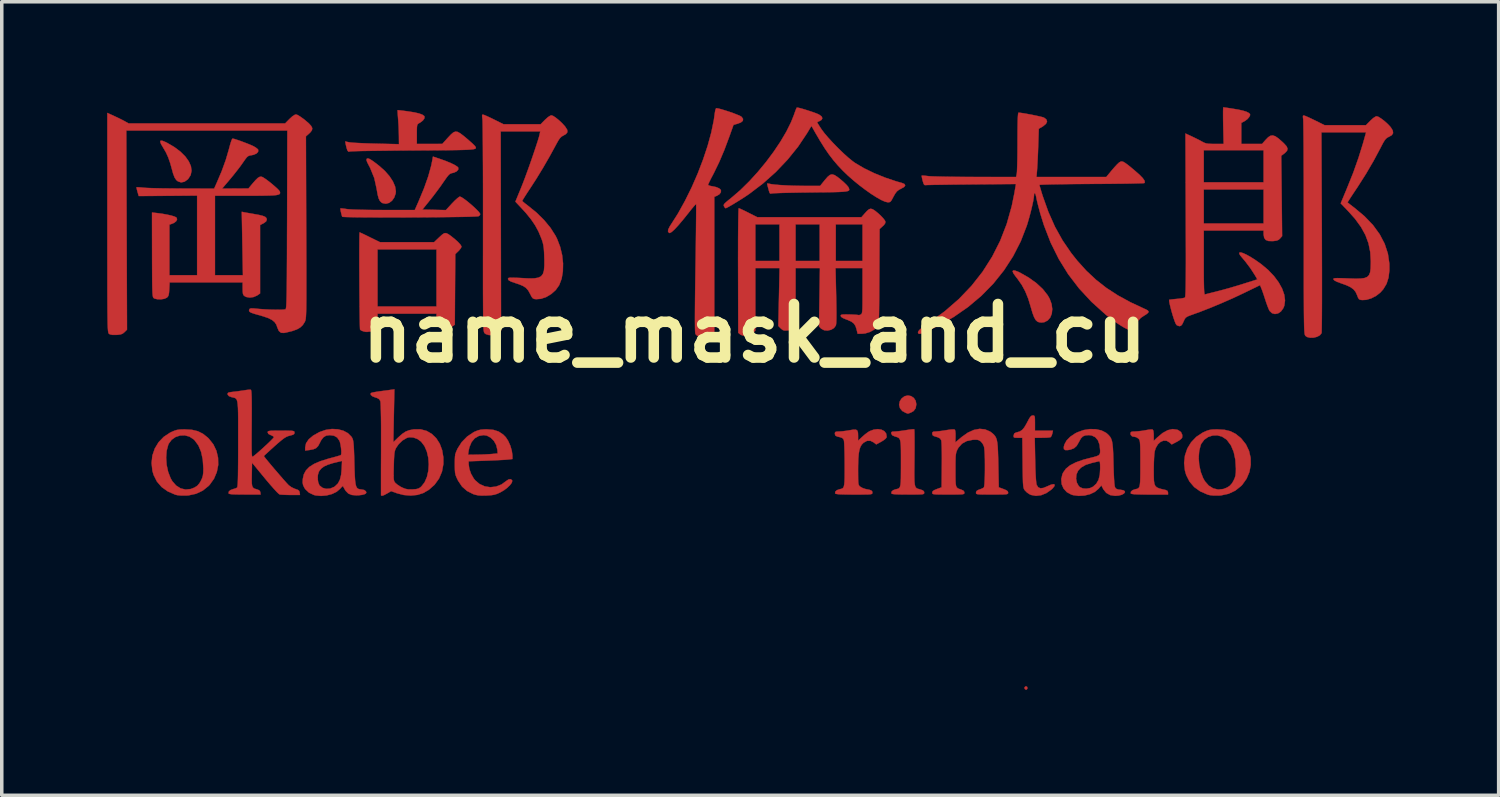
<source format=kicad_pcb>
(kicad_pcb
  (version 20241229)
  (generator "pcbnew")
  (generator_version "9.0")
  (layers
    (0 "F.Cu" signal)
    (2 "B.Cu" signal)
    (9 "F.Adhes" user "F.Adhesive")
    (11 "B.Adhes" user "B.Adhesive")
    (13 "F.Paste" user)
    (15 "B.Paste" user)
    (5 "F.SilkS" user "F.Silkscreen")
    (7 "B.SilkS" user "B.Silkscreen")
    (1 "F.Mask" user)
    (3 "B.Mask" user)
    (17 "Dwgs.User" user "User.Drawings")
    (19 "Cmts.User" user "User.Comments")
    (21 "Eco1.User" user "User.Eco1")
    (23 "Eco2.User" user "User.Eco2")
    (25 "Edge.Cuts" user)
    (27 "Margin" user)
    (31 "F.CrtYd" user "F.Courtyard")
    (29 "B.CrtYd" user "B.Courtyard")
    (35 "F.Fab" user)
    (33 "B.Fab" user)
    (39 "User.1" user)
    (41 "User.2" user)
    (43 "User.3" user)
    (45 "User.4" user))
  (footprint "name_mask_and_cu"
    (layer "F.Cu")
    (at 18.426 6.437)
    (property "Reference" "name_mask_and_cu" (at 0 0 0) (layer "F.SilkS") (effects (font (size 1.524 1.524) (thickness 0.3))))
    (attr through_hole)
    (fp_poly (pts (xy 7.751 10.055) (xy 7.758 10.061) (xy 7.772 10.101) (xy 7.753 10.137) (xy 7.729 10.145) (xy 7.697 10.126) (xy 7.69 10.117) (xy 7.687 10.078) (xy 7.714 10.052) (xy 7.751 10.055)) (stroke (width 0.01) (type solid)) (fill yes) (layer "F.Cu"))
    (fp_poly (pts (xy 4.458 1.788) (xy 4.535 1.84) (xy 4.589 1.922) (xy 4.607 2.021) (xy 4.588 2.132) (xy 4.53 2.212) (xy 4.461 2.252) (xy 4.403 2.275) (xy 4.37 2.286) (xy 4.368 2.286) (xy 4.341 2.277) (xy 4.31 2.267) (xy 4.207 2.212) (xy 4.142 2.131) (xy 4.117 2.036) (xy 4.137 1.936) (xy 4.189 1.855) (xy 4.274 1.791) (xy 4.367 1.771) (xy 4.458 1.788)) (stroke (width 0.01) (type solid)) (fill yes) (layer "F.Cu"))
    (fp_poly (pts (xy -16.852 -5.479) (xy -16.761 -5.442) (xy -16.715 -5.419) (xy -16.51 -5.298) (xy -16.338 -5.168) (xy -16.201 -5.032) (xy -16.102 -4.893) (xy -16.042 -4.757) (xy -16.024 -4.626) (xy -16.049 -4.503) (xy -16.12 -4.393) (xy -16.132 -4.381) (xy -16.226 -4.314) (xy -16.321 -4.295) (xy -16.411 -4.325) (xy -16.456 -4.361) (xy -16.505 -4.432) (xy -16.549 -4.548) (xy -16.574 -4.64) (xy -16.63 -4.841) (xy -16.687 -5.006) (xy -16.752 -5.149) (xy -16.831 -5.284) (xy -16.834 -5.289) (xy -16.893 -5.389) (xy -16.916 -5.454) (xy -16.903 -5.483) (xy -16.852 -5.479)) (stroke (width 0.01) (type solid)) (fill yes) (layer "F.Cu"))
    (fp_poly (pts (xy 7.413 -1.786) (xy 7.504 -1.752) (xy 7.557 -1.727) (xy 7.808 -1.584) (xy 8.027 -1.426) (xy 8.208 -1.257) (xy 8.346 -1.082) (xy 8.403 -0.981) (xy 8.457 -0.833) (xy 8.476 -0.69) (xy 8.463 -0.56) (xy 8.419 -0.449) (xy 8.347 -0.366) (xy 8.25 -0.316) (xy 8.167 -0.306) (xy 8.097 -0.316) (xy 8.054 -0.333) (xy 8.006 -0.377) (xy 7.96 -0.458) (xy 7.914 -0.579) (xy 7.867 -0.741) (xy 7.793 -0.985) (xy 7.709 -1.192) (xy 7.609 -1.377) (xy 7.485 -1.554) (xy 7.444 -1.605) (xy 7.376 -1.698) (xy 7.349 -1.759) (xy 7.361 -1.788) (xy 7.413 -1.786)) (stroke (width 0.01) (type solid)) (fill yes) (layer "F.Cu"))
    (fp_poly (pts (xy -10.976 -4.971) (xy -10.92 -4.941) (xy -10.84 -4.887) (xy -10.73 -4.803) (xy -10.683 -4.766) (xy -10.522 -4.623) (xy -10.39 -4.472) (xy -10.291 -4.321) (xy -10.229 -4.176) (xy -10.208 -4.043) (xy -10.213 -3.984) (xy -10.253 -3.866) (xy -10.318 -3.774) (xy -10.401 -3.712) (xy -10.493 -3.688) (xy -10.585 -3.705) (xy -10.62 -3.725) (xy -10.663 -3.769) (xy -10.697 -3.838) (xy -10.725 -3.942) (xy -10.751 -4.087) (xy -10.755 -4.113) (xy -10.822 -4.418) (xy -10.938 -4.704) (xy -10.976 -4.776) (xy -11.024 -4.871) (xy -11.045 -4.932) (xy -11.038 -4.964) (xy -11.038 -4.965) (xy -11.013 -4.977) (xy -10.976 -4.971)) (stroke (width 0.01) (type solid)) (fill yes) (layer "F.Cu"))
    (fp_poly (pts (xy 2.276 -4.505) (xy 2.361 -4.451) (xy 2.461 -4.371) (xy 2.546 -4.297) (xy 2.617 -4.228) (xy 2.664 -4.174) (xy 2.674 -4.157) (xy 2.689 -4.125) (xy 2.697 -4.098) (xy 2.696 -4.077) (xy 2.68 -4.059) (xy 2.646 -4.046) (xy 2.589 -4.036) (xy 2.506 -4.028) (xy 2.392 -4.022) (xy 2.242 -4.018) (xy 2.053 -4.015) (xy 1.821 -4.013) (xy 1.61 -4.01) (xy 1.38 -4.008) (xy 1.165 -4.004) (xy 0.97 -4) (xy 0.8 -3.996) (xy 0.662 -3.991) (xy 0.561 -3.987) (xy 0.502 -3.982) (xy 0.491 -3.98) (xy 0.455 -3.974) (xy 0.432 -3.994) (xy 0.413 -4.051) (xy 0.407 -4.072) (xy 0.386 -4.151) (xy 0.369 -4.215) (xy 0.365 -4.229) (xy 0.363 -4.263) (xy 0.396 -4.262) (xy 0.4 -4.261) (xy 0.473 -4.246) (xy 0.589 -4.231) (xy 0.738 -4.219) (xy 0.913 -4.209) (xy 1.104 -4.201) (xy 1.302 -4.197) (xy 1.411 -4.196) (xy 1.869 -4.196) (xy 2.002 -4.361) (xy 2.081 -4.452) (xy 2.146 -4.506) (xy 2.207 -4.524) (xy 2.276 -4.505)) (stroke (width 0.01) (type solid)) (fill yes) (layer "F.Cu"))
    (fp_poly (pts (xy 7.952 2.341) (xy 7.97 2.355) (xy 7.98 2.39) (xy 7.983 2.456) (xy 7.984 2.555) (xy 7.984 2.771) (xy 8.496 2.771) (xy 8.478 2.854) (xy 8.458 2.916) (xy 8.433 2.954) (xy 8.432 2.955) (xy 8.394 2.964) (xy 8.32 2.971) (xy 8.223 2.974) (xy 8.191 2.974) (xy 7.978 2.975) (xy 7.99 3.604) (xy 7.995 3.832) (xy 8.003 4.02) (xy 8.012 4.166) (xy 8.022 4.265) (xy 8.032 4.314) (xy 8.075 4.383) (xy 8.138 4.412) (xy 8.225 4.402) (xy 8.339 4.354) (xy 8.442 4.309) (xy 8.512 4.295) (xy 8.545 4.31) (xy 8.538 4.35) (xy 8.489 4.412) (xy 8.449 4.45) (xy 8.308 4.549) (xy 8.159 4.609) (xy 8.011 4.627) (xy 7.873 4.601) (xy 7.833 4.583) (xy 7.758 4.533) (xy 7.696 4.471) (xy 7.693 4.467) (xy 7.677 4.443) (xy 7.665 4.415) (xy 7.656 4.377) (xy 7.649 4.323) (xy 7.643 4.246) (xy 7.64 4.141) (xy 7.637 4.001) (xy 7.634 3.819) (xy 7.633 3.685) (xy 7.625 2.975) (xy 7.497 2.975) (xy 7.422 2.973) (xy 7.386 2.964) (xy 7.376 2.939) (xy 7.378 2.906) (xy 7.395 2.853) (xy 7.442 2.826) (xy 7.468 2.82) (xy 7.552 2.795) (xy 7.62 2.751) (xy 7.681 2.679) (xy 7.745 2.57) (xy 7.764 2.533) (xy 7.815 2.436) (xy 7.854 2.377) (xy 7.887 2.347) (xy 7.922 2.339) (xy 7.923 2.339) (xy 7.952 2.341)) (stroke (width 0.01) (type solid)) (fill yes) (layer "F.Cu"))
    (fp_poly (pts (xy -16.01 2.748) (xy -15.845 2.788) (xy -15.7 2.86) (xy -15.564 2.968) (xy -15.533 2.998) (xy -15.403 3.162) (xy -15.315 3.347) (xy -15.269 3.545) (xy -15.265 3.748) (xy -15.304 3.948) (xy -15.384 4.138) (xy -15.506 4.31) (xy -15.539 4.345) (xy -15.705 4.478) (xy -15.897 4.568) (xy -16.111 4.614) (xy -16.182 4.619) (xy -16.315 4.619) (xy -16.429 4.607) (xy -16.488 4.593) (xy -16.701 4.5) (xy -16.875 4.376) (xy -17.009 4.22) (xy -17.102 4.036) (xy -17.138 3.913) (xy -17.161 3.692) (xy -17.145 3.541) (xy -16.747 3.541) (xy -16.733 3.745) (xy -16.69 3.944) (xy -16.621 4.123) (xy -16.571 4.211) (xy -16.462 4.335) (xy -16.334 4.415) (xy -16.194 4.448) (xy -16.047 4.433) (xy -15.941 4.392) (xy -15.86 4.34) (xy -15.799 4.27) (xy -15.758 4.199) (xy -15.721 4.12) (xy -15.7 4.047) (xy -15.69 3.962) (xy -15.687 3.85) (xy -15.704 3.597) (xy -15.751 3.376) (xy -15.829 3.191) (xy -15.937 3.045) (xy -15.966 3.017) (xy -16.085 2.94) (xy -16.217 2.905) (xy -16.352 2.91) (xy -16.479 2.952) (xy -16.589 3.029) (xy -16.671 3.139) (xy -16.687 3.174) (xy -16.733 3.346) (xy -16.747 3.541) (xy -17.145 3.541) (xy -17.138 3.479) (xy -17.07 3.28) (xy -16.962 3.101) (xy -16.815 2.948) (xy -16.634 2.828) (xy -16.603 2.813) (xy -16.514 2.774) (xy -16.439 2.751) (xy -16.359 2.739) (xy -16.253 2.736) (xy -16.209 2.736) (xy -16.01 2.748)) (stroke (width 0.01) (type solid)) (fill yes) (layer "F.Cu"))
    (fp_poly (pts (xy 13.382 2.748) (xy 13.547 2.788) (xy 13.691 2.86) (xy 13.828 2.968) (xy 13.859 2.998) (xy 13.989 3.162) (xy 14.077 3.347) (xy 14.123 3.545) (xy 14.126 3.748) (xy 14.088 3.948) (xy 14.008 4.138) (xy 13.886 4.31) (xy 13.853 4.345) (xy 13.687 4.478) (xy 13.495 4.568) (xy 13.281 4.614) (xy 13.21 4.619) (xy 13.077 4.619) (xy 12.963 4.607) (xy 12.903 4.593) (xy 12.69 4.5) (xy 12.516 4.376) (xy 12.383 4.22) (xy 12.29 4.036) (xy 12.254 3.913) (xy 12.23 3.692) (xy 12.247 3.541) (xy 12.644 3.541) (xy 12.659 3.745) (xy 12.702 3.944) (xy 12.771 4.123) (xy 12.821 4.211) (xy 12.93 4.335) (xy 13.058 4.415) (xy 13.198 4.448) (xy 13.345 4.433) (xy 13.45 4.392) (xy 13.531 4.34) (xy 13.593 4.27) (xy 13.634 4.199) (xy 13.671 4.12) (xy 13.692 4.047) (xy 13.702 3.962) (xy 13.704 3.85) (xy 13.688 3.597) (xy 13.641 3.376) (xy 13.563 3.191) (xy 13.455 3.045) (xy 13.426 3.017) (xy 13.307 2.94) (xy 13.175 2.905) (xy 13.04 2.91) (xy 12.913 2.952) (xy 12.803 3.029) (xy 12.721 3.139) (xy 12.704 3.174) (xy 12.659 3.346) (xy 12.644 3.541) (xy 12.247 3.541) (xy 12.254 3.479) (xy 12.321 3.28) (xy 12.43 3.101) (xy 12.577 2.948) (xy 12.758 2.828) (xy 12.789 2.813) (xy 12.877 2.774) (xy 12.952 2.751) (xy 13.033 2.739) (xy 13.139 2.736) (xy 13.183 2.736) (xy 13.382 2.748)) (stroke (width 0.01) (type solid)) (fill yes) (layer "F.Cu"))
    (fp_poly (pts (xy 4.548 2.734) (xy 4.551 2.762) (xy 4.554 2.835) (xy 4.555 2.946) (xy 4.556 3.09) (xy 4.556 3.259) (xy 4.555 3.449) (xy 4.554 3.556) (xy 4.552 3.784) (xy 4.55 3.968) (xy 4.551 4.11) (xy 4.554 4.219) (xy 4.562 4.297) (xy 4.574 4.352) (xy 4.592 4.388) (xy 4.617 4.411) (xy 4.65 4.426) (xy 4.693 4.438) (xy 4.723 4.446) (xy 4.793 4.472) (xy 4.825 4.503) (xy 4.831 4.533) (xy 4.83 4.553) (xy 4.821 4.568) (xy 4.799 4.578) (xy 4.755 4.584) (xy 4.684 4.587) (xy 4.578 4.589) (xy 4.43 4.589) (xy 4.37 4.589) (xy 4.195 4.588) (xy 4.066 4.585) (xy 3.977 4.58) (xy 3.923 4.572) (xy 3.899 4.56) (xy 3.897 4.557) (xy 3.902 4.508) (xy 3.948 4.466) (xy 4.022 4.44) (xy 4.065 4.431) (xy 4.099 4.419) (xy 4.125 4.399) (xy 4.143 4.365) (xy 4.156 4.311) (xy 4.164 4.231) (xy 4.168 4.12) (xy 4.169 3.972) (xy 4.17 3.781) (xy 4.17 3.699) (xy 4.17 3.491) (xy 4.169 3.327) (xy 4.166 3.202) (xy 4.159 3.111) (xy 4.147 3.046) (xy 4.129 3.003) (xy 4.103 2.976) (xy 4.069 2.958) (xy 4.024 2.944) (xy 3.995 2.936) (xy 3.924 2.904) (xy 3.895 2.858) (xy 3.895 2.853) (xy 3.895 2.817) (xy 3.92 2.801) (xy 3.982 2.797) (xy 3.987 2.797) (xy 4.059 2.792) (xy 4.162 2.78) (xy 4.276 2.764) (xy 4.31 2.758) (xy 4.411 2.742) (xy 4.491 2.733) (xy 4.54 2.732) (xy 4.548 2.734)) (stroke (width 0.01) (type solid)) (fill yes) (layer "F.Cu"))
    (fp_poly (pts (xy -11.214 -2.862) (xy -11.152 -2.834) (xy -11.062 -2.791) (xy -10.955 -2.738) (xy -10.945 -2.733) (xy -10.66 -2.593) (xy -9.12 -2.593) (xy -8.973 -2.733) (xy -8.892 -2.807) (xy -8.832 -2.847) (xy -8.78 -2.852) (xy -8.719 -2.825) (xy -8.637 -2.767) (xy -8.632 -2.763) (xy -8.523 -2.675) (xy -8.433 -2.593) (xy -8.37 -2.524) (xy -8.341 -2.474) (xy -8.34 -2.466) (xy -8.357 -2.425) (xy -8.4 -2.368) (xy -8.428 -2.339) (xy -8.517 -2.253) (xy -8.53 -0.244) (xy -8.617 -0.185) (xy -8.722 -0.138) (xy -8.832 -0.126) (xy -8.932 -0.15) (xy -8.989 -0.19) (xy -9.025 -0.235) (xy -9.044 -0.288) (xy -9.051 -0.368) (xy -9.051 -0.406) (xy -9.051 -0.559) (xy -10.73 -0.559) (xy -10.73 -0.368) (xy -10.731 -0.265) (xy -10.74 -0.199) (xy -10.758 -0.155) (xy -10.789 -0.116) (xy -10.792 -0.113) (xy -10.853 -0.07) (xy -10.915 -0.051) (xy -10.917 -0.051) (xy -10.98 -0.047) (xy -11.013 -0.04) (xy -11.06 -0.04) (xy -11.126 -0.053) (xy -11.129 -0.054) (xy -11.189 -0.077) (xy -11.225 -0.102) (xy -11.226 -0.103) (xy -11.229 -0.132) (xy -11.232 -0.206) (xy -11.234 -0.318) (xy -11.237 -0.464) (xy -11.239 -0.638) (xy -11.241 -0.835) (xy -11.243 -1.047) (xy -11.245 -1.271) (xy -11.246 -1.5) (xy -11.247 -1.729) (xy -11.248 -1.952) (xy -11.248 -2.163) (xy -11.248 -2.357) (xy -11.248 -2.39) (xy -10.73 -2.39) (xy -10.73 -0.763) (xy -9.051 -0.763) (xy -9.051 -2.39) (xy -10.73 -2.39) (xy -11.248 -2.39) (xy -11.247 -2.528) (xy -11.246 -2.671) (xy -11.245 -2.78) (xy -11.242 -2.849) (xy -11.24 -2.873) (xy -11.214 -2.862)) (stroke (width 0.01) (type solid)) (fill yes) (layer "F.Cu"))
    (fp_poly (pts (xy -10.132 -6.35) (xy -10.066 -6.343) (xy -9.97 -6.331) (xy -9.864 -6.317) (xy -9.682 -6.288) (xy -9.548 -6.257) (xy -9.456 -6.224) (xy -9.404 -6.187) (xy -9.391 -6.166) (xy -9.397 -6.115) (xy -9.44 -6.056) (xy -9.513 -6) (xy -9.541 -5.984) (xy -9.571 -5.967) (xy -9.591 -5.946) (xy -9.603 -5.912) (xy -9.609 -5.854) (xy -9.611 -5.763) (xy -9.611 -5.669) (xy -9.611 -5.39) (xy -8.886 -5.391) (xy -8.726 -5.568) (xy -8.641 -5.658) (xy -8.574 -5.716) (xy -8.513 -5.741) (xy -8.45 -5.733) (xy -8.374 -5.691) (xy -8.276 -5.616) (xy -8.2 -5.553) (xy -8.108 -5.473) (xy -8.029 -5.403) (xy -7.974 -5.35) (xy -7.95 -5.322) (xy -7.938 -5.302) (xy -7.931 -5.284) (xy -7.932 -5.269) (xy -7.944 -5.257) (xy -7.971 -5.246) (xy -8.015 -5.237) (xy -8.081 -5.23) (xy -8.171 -5.224) (xy -8.289 -5.22) (xy -8.439 -5.216) (xy -8.623 -5.213) (xy -8.845 -5.211) (xy -9.109 -5.209) (xy -9.417 -5.207) (xy -9.705 -5.206) (xy -10 -5.204) (xy -10.281 -5.201) (xy -10.543 -5.198) (xy -10.784 -5.195) (xy -10.997 -5.192) (xy -11.179 -5.189) (xy -11.326 -5.185) (xy -11.433 -5.181) (xy -11.496 -5.178) (xy -11.511 -5.176) (xy -11.557 -5.17) (xy -11.585 -5.202) (xy -11.592 -5.219) (xy -11.614 -5.29) (xy -11.633 -5.372) (xy -11.633 -5.372) (xy -11.649 -5.46) (xy -11.539 -5.437) (xy -11.484 -5.43) (xy -11.385 -5.422) (xy -11.253 -5.415) (xy -11.095 -5.408) (xy -10.919 -5.402) (xy -10.774 -5.398) (xy -10.119 -5.383) (xy -10.121 -5.609) (xy -10.124 -5.743) (xy -10.13 -5.899) (xy -10.14 -6.049) (xy -10.143 -6.089) (xy -10.151 -6.197) (xy -10.157 -6.283) (xy -10.159 -6.338) (xy -10.158 -6.35) (xy -10.132 -6.35)) (stroke (width 0.01) (type solid)) (fill yes) (layer "F.Cu"))
    (fp_poly (pts (xy -8.943 -4.96) (xy -8.779 -4.901) (xy -8.64 -4.843) (xy -8.53 -4.789) (xy -8.458 -4.743) (xy -8.43 -4.712) (xy -8.434 -4.658) (xy -8.478 -4.609) (xy -8.554 -4.573) (xy -8.593 -4.564) (xy -8.637 -4.553) (xy -8.675 -4.533) (xy -8.715 -4.495) (xy -8.765 -4.432) (xy -8.832 -4.336) (xy -8.856 -4.302) (xy -8.941 -4.179) (xy -9.046 -4.037) (xy -9.154 -3.894) (xy -9.238 -3.788) (xy -9.453 -3.521) (xy -9.119 -3.514) (xy -8.784 -3.507) (xy -8.607 -3.699) (xy -8.528 -3.78) (xy -8.458 -3.843) (xy -8.406 -3.883) (xy -8.385 -3.891) (xy -8.341 -3.874) (xy -8.272 -3.829) (xy -8.186 -3.765) (xy -8.092 -3.687) (xy -7.998 -3.605) (xy -7.915 -3.526) (xy -7.849 -3.458) (xy -7.812 -3.407) (xy -7.806 -3.39) (xy -7.826 -3.353) (xy -7.853 -3.333) (xy -7.886 -3.328) (xy -7.965 -3.324) (xy -8.084 -3.319) (xy -8.239 -3.315) (xy -8.426 -3.312) (xy -8.638 -3.309) (xy -8.872 -3.306) (xy -9.123 -3.304) (xy -9.386 -3.302) (xy -9.656 -3.3) (xy -9.928 -3.299) (xy -10.198 -3.298) (xy -10.461 -3.298) (xy -10.712 -3.299) (xy -10.946 -3.3) (xy -11.159 -3.301) (xy -11.346 -3.303) (xy -11.501 -3.306) (xy -11.621 -3.309) (xy -11.701 -3.313) (xy -11.735 -3.317) (xy -11.736 -3.318) (xy -11.759 -3.399) (xy -11.777 -3.476) (xy -11.786 -3.533) (xy -11.785 -3.555) (xy -11.757 -3.556) (xy -11.693 -3.549) (xy -11.612 -3.537) (xy -11.54 -3.529) (xy -11.421 -3.522) (xy -11.262 -3.517) (xy -11.067 -3.513) (xy -10.841 -3.51) (xy -10.59 -3.509) (xy -10.559 -3.509) (xy -9.669 -3.509) (xy -9.561 -3.754) (xy -9.405 -4.13) (xy -9.285 -4.469) (xy -9.201 -4.773) (xy -9.168 -4.937) (xy -9.152 -5.03) (xy -8.943 -4.96)) (stroke (width 0.01) (type solid)) (fill yes) (layer "F.Cu"))
    (fp_poly (pts (xy 12.032 2.745) (xy 12.059 2.755) (xy 12.14 2.811) (xy 12.177 2.892) (xy 12.175 2.966) (xy 12.148 3.003) (xy 12.088 3.05) (xy 12.021 3.089) (xy 11.877 3.164) (xy 11.816 3.108) (xy 11.734 3.059) (xy 11.645 3.055) (xy 11.559 3.091) (xy 11.482 3.162) (xy 11.422 3.265) (xy 11.393 3.357) (xy 11.383 3.427) (xy 11.375 3.536) (xy 11.369 3.671) (xy 11.366 3.82) (xy 11.365 3.9) (xy 11.366 4.068) (xy 11.37 4.193) (xy 11.383 4.283) (xy 11.409 4.344) (xy 11.453 4.386) (xy 11.52 4.416) (xy 11.613 4.441) (xy 11.702 4.46) (xy 11.756 4.486) (xy 11.772 4.533) (xy 11.772 4.59) (xy 11.248 4.59) (xy 11.06 4.589) (xy 10.919 4.586) (xy 10.818 4.582) (xy 10.753 4.574) (xy 10.719 4.565) (xy 10.711 4.557) (xy 10.716 4.508) (xy 10.762 4.466) (xy 10.836 4.44) (xy 10.879 4.431) (xy 10.913 4.419) (xy 10.939 4.399) (xy 10.958 4.364) (xy 10.97 4.31) (xy 10.978 4.229) (xy 10.982 4.117) (xy 10.984 3.967) (xy 10.984 3.774) (xy 10.984 3.709) (xy 10.984 3.509) (xy 10.983 3.353) (xy 10.981 3.235) (xy 10.977 3.15) (xy 10.972 3.091) (xy 10.964 3.051) (xy 10.953 3.025) (xy 10.938 3.006) (xy 10.933 3) (xy 10.878 2.962) (xy 10.833 2.949) (xy 10.751 2.935) (xy 10.71 2.892) (xy 10.704 2.858) (xy 10.709 2.821) (xy 10.733 2.803) (xy 10.788 2.796) (xy 10.825 2.796) (xy 10.915 2.79) (xy 11.028 2.777) (xy 11.123 2.761) (xy 11.215 2.745) (xy 11.29 2.737) (xy 11.332 2.739) (xy 11.333 2.739) (xy 11.354 2.774) (xy 11.364 2.857) (xy 11.365 2.906) (xy 11.365 3.061) (xy 11.461 2.97) (xy 11.617 2.839) (xy 11.763 2.759) (xy 11.901 2.727) (xy 12.032 2.745)) (stroke (width 0.01) (type solid)) (fill yes) (layer "F.Cu"))
    (fp_poly (pts (xy -7.432 2.749) (xy -7.282 2.797) (xy -7.155 2.881) (xy -7.08 2.957) (xy -7.011 3.063) (xy -6.95 3.199) (xy -6.908 3.343) (xy -6.89 3.475) (xy -6.89 3.483) (xy -6.89 3.579) (xy -7.024 3.594) (xy -7.092 3.6) (xy -7.2 3.606) (xy -7.337 3.613) (xy -7.493 3.62) (xy -7.647 3.626) (xy -8.136 3.643) (xy -8.136 3.725) (xy -8.117 3.859) (xy -8.067 4.001) (xy -7.992 4.132) (xy -7.954 4.181) (xy -7.827 4.29) (xy -7.679 4.357) (xy -7.52 4.382) (xy -7.358 4.364) (xy -7.202 4.304) (xy -7.064 4.203) (xy -6.999 4.16) (xy -6.942 4.152) (xy -6.903 4.179) (xy -6.895 4.2) (xy -6.908 4.252) (xy -6.957 4.319) (xy -7.032 4.392) (xy -7.125 4.464) (xy -7.227 4.524) (xy -7.236 4.529) (xy -7.326 4.57) (xy -7.406 4.595) (xy -7.496 4.609) (xy -7.614 4.617) (xy -7.634 4.618) (xy -7.766 4.62) (xy -7.866 4.613) (xy -7.951 4.595) (xy -8.006 4.577) (xy -8.181 4.489) (xy -8.323 4.364) (xy -8.434 4.2) (xy -8.446 4.176) (xy -8.484 4.097) (xy -8.508 4.033) (xy -8.522 3.968) (xy -8.528 3.886) (xy -8.53 3.775) (xy -8.53 3.725) (xy -8.529 3.598) (xy -8.525 3.508) (xy -8.517 3.458) (xy -8.154 3.458) (xy -7.897 3.455) (xy -7.764 3.452) (xy -7.629 3.446) (xy -7.513 3.439) (xy -7.475 3.436) (xy -7.31 3.42) (xy -7.318 3.318) (xy -7.35 3.182) (xy -7.416 3.063) (xy -7.508 2.971) (xy -7.617 2.913) (xy -7.71 2.898) (xy -7.847 2.922) (xy -7.963 2.989) (xy -8.053 3.096) (xy -8.114 3.24) (xy -8.134 3.329) (xy -8.154 3.458) (xy -8.517 3.458) (xy -8.514 3.439) (xy -8.493 3.376) (xy -8.461 3.304) (xy -8.448 3.277) (xy -8.332 3.096) (xy -8.178 2.939) (xy -7.999 2.819) (xy -7.964 2.801) (xy -7.873 2.764) (xy -7.789 2.743) (xy -7.689 2.735) (xy -7.615 2.734) (xy -7.432 2.749)) (stroke (width 0.01) (type solid)) (fill yes) (layer "F.Cu"))
    (fp_poly (pts (xy -1.031 -6.399) (xy -0.941 -6.376) (xy -0.83 -6.342) (xy -0.709 -6.303) (xy -0.59 -6.261) (xy -0.486 -6.22) (xy -0.407 -6.186) (xy -0.368 -6.162) (xy -0.325 -6.102) (xy -0.332 -6.048) (xy -0.388 -6.001) (xy -0.477 -5.967) (xy -0.597 -5.932) (xy -0.714 -5.604) (xy -0.858 -5.218) (xy -1.005 -4.872) (xy -1.159 -4.555) (xy -1.184 -4.508) (xy -1.239 -4.403) (xy -1.283 -4.314) (xy -1.312 -4.252) (xy -1.322 -4.225) (xy -1.299 -4.208) (xy -1.242 -4.192) (xy -1.211 -4.187) (xy -1.092 -4.162) (xy -1.005 -4.125) (xy -0.958 -4.081) (xy -0.955 -4.075) (xy -0.956 -4.015) (xy -1 -3.956) (xy -1.067 -3.916) (xy -1.144 -3.884) (xy -1.144 -0.047) (xy -1.218 0.027) (xy -1.276 0.075) (xy -1.329 0.101) (xy -1.339 0.102) (xy -1.405 0.108) (xy -1.437 0.113) (xy -1.496 0.113) (xy -1.569 0.099) (xy -1.569 0.099) (xy -1.635 0.067) (xy -1.679 0.023) (xy -1.68 0.023) (xy -1.685 -0.004) (xy -1.69 -0.061) (xy -1.693 -0.151) (xy -1.694 -0.277) (xy -1.695 -0.44) (xy -1.694 -0.644) (xy -1.692 -0.889) (xy -1.689 -1.179) (xy -1.684 -1.515) (xy -1.679 -1.849) (xy -1.674 -2.148) (xy -1.67 -2.432) (xy -1.667 -2.697) (xy -1.664 -2.939) (xy -1.662 -3.154) (xy -1.66 -3.338) (xy -1.659 -3.486) (xy -1.659 -3.595) (xy -1.66 -3.66) (xy -1.661 -3.678) (xy -1.68 -3.664) (xy -1.724 -3.616) (xy -1.786 -3.542) (xy -1.861 -3.448) (xy -1.877 -3.427) (xy -2.037 -3.228) (xy -2.17 -3.071) (xy -2.277 -2.956) (xy -2.357 -2.884) (xy -2.41 -2.855) (xy -2.424 -2.855) (xy -2.46 -2.889) (xy -2.457 -2.948) (xy -2.415 -3.036) (xy -2.389 -3.076) (xy -2.177 -3.41) (xy -1.976 -3.773) (xy -1.787 -4.155) (xy -1.615 -4.549) (xy -1.463 -4.946) (xy -1.333 -5.336) (xy -1.23 -5.713) (xy -1.157 -6.066) (xy -1.13 -6.261) (xy -1.117 -6.339) (xy -1.1 -6.393) (xy -1.087 -6.407) (xy -1.031 -6.399)) (stroke (width 0.01) (type solid)) (fill yes) (layer "F.Cu"))
    (fp_poly (pts (xy 3.615 2.744) (xy 3.697 2.786) (xy 3.748 2.853) (xy 3.762 2.94) (xy 3.759 2.964) (xy 3.733 2.999) (xy 3.675 3.045) (xy 3.608 3.086) (xy 3.466 3.163) (xy 3.395 3.107) (xy 3.3 3.059) (xy 3.203 3.061) (xy 3.107 3.114) (xy 3.104 3.117) (xy 3.053 3.169) (xy 3.014 3.235) (xy 2.986 3.321) (xy 2.967 3.434) (xy 2.955 3.581) (xy 2.95 3.768) (xy 2.949 3.88) (xy 2.95 4.039) (xy 2.951 4.155) (xy 2.954 4.236) (xy 2.96 4.289) (xy 2.971 4.323) (xy 2.987 4.346) (xy 3.008 4.365) (xy 3.013 4.368) (xy 3.082 4.407) (xy 3.165 4.434) (xy 3.172 4.435) (xy 3.267 4.454) (xy 3.323 4.473) (xy 3.349 4.497) (xy 3.356 4.532) (xy 3.356 4.534) (xy 3.355 4.553) (xy 3.347 4.567) (xy 3.327 4.577) (xy 3.287 4.584) (xy 3.221 4.588) (xy 3.123 4.589) (xy 2.985 4.59) (xy 2.832 4.59) (xy 2.644 4.589) (xy 2.503 4.586) (xy 2.402 4.582) (xy 2.337 4.574) (xy 2.303 4.565) (xy 2.295 4.557) (xy 2.3 4.508) (xy 2.346 4.466) (xy 2.42 4.44) (xy 2.464 4.43) (xy 2.499 4.418) (xy 2.525 4.397) (xy 2.543 4.362) (xy 2.555 4.305) (xy 2.563 4.223) (xy 2.567 4.107) (xy 2.568 3.954) (xy 2.568 3.755) (xy 2.568 3.736) (xy 2.567 3.559) (xy 2.564 3.395) (xy 2.56 3.254) (xy 2.555 3.142) (xy 2.549 3.068) (xy 2.544 3.042) (xy 2.525 3.004) (xy 2.494 2.978) (xy 2.439 2.958) (xy 2.358 2.939) (xy 2.305 2.914) (xy 2.288 2.866) (xy 2.288 2.86) (xy 2.293 2.822) (xy 2.315 2.803) (xy 2.369 2.797) (xy 2.409 2.796) (xy 2.499 2.79) (xy 2.612 2.776) (xy 2.708 2.76) (xy 2.819 2.742) (xy 2.889 2.744) (xy 2.929 2.771) (xy 2.946 2.83) (xy 2.949 2.918) (xy 2.949 3.058) (xy 3.072 2.943) (xy 3.15 2.875) (xy 3.226 2.818) (xy 3.273 2.788) (xy 3.395 2.742) (xy 3.512 2.728) (xy 3.615 2.744)) (stroke (width 0.01) (type solid)) (fill yes) (layer "F.Cu"))
    (fp_poly (pts (xy 1.233 -6.423) (xy 1.298 -6.408) (xy 1.39 -6.383) (xy 1.496 -6.35) (xy 1.606 -6.314) (xy 1.709 -6.279) (xy 1.793 -6.246) (xy 1.837 -6.226) (xy 1.908 -6.175) (xy 1.932 -6.123) (xy 1.909 -6.075) (xy 1.862 -6.046) (xy 1.81 -6.023) (xy 1.784 -6.01) (xy 1.793 -5.988) (xy 1.826 -5.934) (xy 1.875 -5.856) (xy 1.909 -5.805) (xy 1.992 -5.694) (xy 2.106 -5.561) (xy 2.239 -5.416) (xy 2.384 -5.268) (xy 2.53 -5.126) (xy 2.67 -5) (xy 2.794 -4.899) (xy 2.863 -4.849) (xy 3.115 -4.7) (xy 3.404 -4.559) (xy 3.716 -4.432) (xy 4.038 -4.324) (xy 4.195 -4.28) (xy 4.268 -4.25) (xy 4.291 -4.212) (xy 4.265 -4.169) (xy 4.19 -4.125) (xy 4.113 -4.085) (xy 4.055 -4.04) (xy 4.005 -3.975) (xy 3.95 -3.878) (xy 3.939 -3.855) (xy 3.898 -3.781) (xy 3.865 -3.742) (xy 3.827 -3.729) (xy 3.791 -3.729) (xy 3.711 -3.749) (xy 3.6 -3.799) (xy 3.465 -3.876) (xy 3.312 -3.974) (xy 3.149 -4.09) (xy 2.98 -4.218) (xy 2.814 -4.354) (xy 2.655 -4.494) (xy 2.517 -4.627) (xy 2.375 -4.777) (xy 2.245 -4.929) (xy 2.121 -5.091) (xy 1.997 -5.271) (xy 1.867 -5.479) (xy 1.724 -5.723) (xy 1.692 -5.78) (xy 1.622 -5.904) (xy 1.495 -5.692) (xy 1.241 -5.313) (xy 0.943 -4.944) (xy 0.608 -4.592) (xy 0.241 -4.264) (xy -0.15 -3.967) (xy -0.178 -3.948) (xy -0.277 -3.881) (xy -0.388 -3.81) (xy -0.503 -3.739) (xy -0.612 -3.672) (xy -0.707 -3.617) (xy -0.778 -3.578) (xy -0.818 -3.56) (xy -0.821 -3.56) (xy -0.845 -3.579) (xy -0.862 -3.605) (xy -0.874 -3.632) (xy -0.874 -3.657) (xy -0.856 -3.687) (xy -0.814 -3.728) (xy -0.744 -3.787) (xy -0.648 -3.864) (xy -0.398 -4.08) (xy -0.148 -4.326) (xy 0.096 -4.594) (xy 0.329 -4.876) (xy 0.546 -5.167) (xy 0.741 -5.458) (xy 0.908 -5.741) (xy 1.042 -6.011) (xy 1.121 -6.209) (xy 1.154 -6.303) (xy 1.182 -6.377) (xy 1.201 -6.419) (xy 1.204 -6.424) (xy 1.233 -6.423)) (stroke (width 0.01) (type solid)) (fill yes) (layer "F.Cu"))
    (fp_poly (pts (xy -10.28 3.1) (xy -10.135 2.959) (xy -10.026 2.863) (xy -9.93 2.799) (xy -9.828 2.759) (xy -9.702 2.735) (xy -9.683 2.733) (xy -9.5 2.734) (xy -9.332 2.779) (xy -9.184 2.865) (xy -9.058 2.988) (xy -8.959 3.143) (xy -8.891 3.325) (xy -8.856 3.532) (xy -8.855 3.719) (xy -8.895 3.936) (xy -8.979 4.135) (xy -9.105 4.309) (xy -9.268 4.454) (xy -9.427 4.547) (xy -9.593 4.6) (xy -9.783 4.619) (xy -9.981 4.603) (xy -10.174 4.554) (xy -10.174 4.554) (xy -10.343 4.493) (xy -10.458 4.56) (xy -10.55 4.609) (xy -10.606 4.626) (xy -10.629 4.613) (xy -10.63 4.608) (xy -10.63 4.58) (xy -10.63 4.506) (xy -10.63 4.39) (xy -10.63 4.238) (xy -10.63 4.055) (xy -10.63 4.05) (xy -10.272 4.05) (xy -10.27 4.128) (xy -10.264 4.18) (xy -10.253 4.215) (xy -10.237 4.242) (xy -10.217 4.264) (xy -10.159 4.313) (xy -10.077 4.366) (xy -10.03 4.39) (xy -9.943 4.426) (xy -9.86 4.443) (xy -9.757 4.444) (xy -9.732 4.443) (xy -9.634 4.436) (xy -9.569 4.42) (xy -9.518 4.391) (xy -9.481 4.36) (xy -9.388 4.24) (xy -9.322 4.087) (xy -9.283 3.913) (xy -9.271 3.728) (xy -9.285 3.541) (xy -9.326 3.365) (xy -9.394 3.209) (xy -9.489 3.084) (xy -9.492 3.081) (xy -9.594 3.008) (xy -9.711 2.966) (xy -9.826 2.959) (xy -9.892 2.976) (xy -10.018 3.05) (xy -10.13 3.158) (xy -10.203 3.265) (xy -10.224 3.31) (xy -10.239 3.36) (xy -10.25 3.424) (xy -10.257 3.511) (xy -10.263 3.63) (xy -10.267 3.784) (xy -10.271 3.938) (xy -10.272 4.05) (xy -10.63 4.05) (xy -10.63 3.845) (xy -10.629 3.614) (xy -10.628 3.366) (xy -10.628 3.293) (xy -10.628 2.954) (xy -10.628 2.663) (xy -10.63 2.419) (xy -10.634 2.222) (xy -10.638 2.074) (xy -10.643 1.976) (xy -10.65 1.928) (xy -10.651 1.926) (xy -10.684 1.875) (xy -10.744 1.84) (xy -10.792 1.826) (xy -10.874 1.794) (xy -10.92 1.755) (xy -10.925 1.714) (xy -10.915 1.701) (xy -10.882 1.688) (xy -10.811 1.674) (xy -10.718 1.659) (xy -10.691 1.655) (xy -10.576 1.64) (xy -10.462 1.625) (xy -10.374 1.613) (xy -10.369 1.612) (xy -10.25 1.595) (xy -10.28 3.1)) (stroke (width 0.01) (type solid)) (fill yes) (layer "F.Cu"))
    (fp_poly (pts (xy 9.72 2.731) (xy 9.877 2.766) (xy 10.007 2.833) (xy 10.036 2.856) (xy 10.084 2.901) (xy 10.123 2.947) (xy 10.152 2.999) (xy 10.175 3.064) (xy 10.19 3.15) (xy 10.202 3.262) (xy 10.21 3.408) (xy 10.216 3.594) (xy 10.219 3.725) (xy 10.226 3.953) (xy 10.234 4.133) (xy 10.243 4.265) (xy 10.254 4.351) (xy 10.266 4.391) (xy 10.301 4.429) (xy 10.362 4.449) (xy 10.418 4.454) (xy 10.502 4.469) (xy 10.542 4.496) (xy 10.544 4.53) (xy 10.512 4.565) (xy 10.452 4.597) (xy 10.366 4.619) (xy 10.266 4.627) (xy 10.127 4.606) (xy 10.013 4.542) (xy 9.931 4.44) (xy 9.928 4.434) (xy 9.874 4.33) (xy 9.793 4.426) (xy 9.689 4.514) (xy 9.552 4.579) (xy 9.395 4.618) (xy 9.23 4.628) (xy 9.072 4.607) (xy 9.017 4.59) (xy 8.891 4.521) (xy 8.799 4.42) (xy 8.745 4.297) (xy 8.733 4.159) (xy 8.737 4.138) (xy 9.154 4.138) (xy 9.177 4.252) (xy 9.23 4.348) (xy 9.263 4.379) (xy 9.344 4.415) (xy 9.449 4.423) (xy 9.556 4.405) (xy 9.637 4.367) (xy 9.731 4.281) (xy 9.794 4.17) (xy 9.83 4.025) (xy 9.84 3.859) (xy 9.839 3.751) (xy 9.835 3.685) (xy 9.826 3.652) (xy 9.81 3.643) (xy 9.795 3.645) (xy 9.746 3.657) (xy 9.668 3.675) (xy 9.606 3.689) (xy 9.43 3.744) (xy 9.294 3.824) (xy 9.211 3.913) (xy 9.165 4.019) (xy 9.154 4.138) (xy 8.737 4.138) (xy 8.764 4.015) (xy 8.786 3.966) (xy 8.865 3.855) (xy 8.984 3.758) (xy 9.148 3.674) (xy 9.357 3.6) (xy 9.509 3.56) (xy 9.642 3.527) (xy 9.734 3.501) (xy 9.792 3.476) (xy 9.823 3.447) (xy 9.837 3.409) (xy 9.84 3.357) (xy 9.84 3.339) (xy 9.824 3.176) (xy 9.777 3.047) (xy 9.701 2.957) (xy 9.598 2.908) (xy 9.518 2.898) (xy 9.419 2.906) (xy 9.348 2.934) (xy 9.291 2.993) (xy 9.236 3.092) (xy 9.234 3.097) (xy 9.171 3.205) (xy 9.096 3.272) (xy 8.995 3.311) (xy 8.922 3.324) (xy 8.846 3.324) (xy 8.808 3.296) (xy 8.805 3.234) (xy 8.823 3.165) (xy 8.884 3.052) (xy 8.989 2.945) (xy 9.129 2.85) (xy 9.195 2.817) (xy 9.368 2.755) (xy 9.547 2.727) (xy 9.72 2.731)) (stroke (width 0.01) (type solid)) (fill yes) (layer "F.Cu"))
    (fp_poly (pts (xy -11.857 2.733) (xy -11.703 2.773) (xy -11.573 2.843) (xy -11.474 2.942) (xy -11.449 2.982) (xy -11.434 3.017) (xy -11.423 3.064) (xy -11.414 3.131) (xy -11.406 3.223) (xy -11.4 3.349) (xy -11.394 3.514) (xy -11.39 3.674) (xy -11.384 3.89) (xy -11.377 4.061) (xy -11.368 4.192) (xy -11.355 4.289) (xy -11.338 4.356) (xy -11.314 4.4) (xy -11.283 4.426) (xy -11.242 4.439) (xy -11.193 4.445) (xy -11.108 4.461) (xy -11.062 4.497) (xy -11.059 4.502) (xy -11.048 4.54) (xy -11.072 4.567) (xy -11.104 4.582) (xy -11.168 4.599) (xy -11.26 4.61) (xy -11.332 4.613) (xy -11.462 4.602) (xy -11.56 4.562) (xy -11.635 4.486) (xy -11.666 4.437) (xy -11.696 4.382) (xy -11.715 4.35) (xy -11.715 4.349) (xy -11.734 4.36) (xy -11.773 4.4) (xy -11.799 4.43) (xy -11.895 4.512) (xy -12.026 4.575) (xy -12.178 4.615) (xy -12.337 4.629) (xy -12.489 4.615) (xy -12.539 4.603) (xy -12.68 4.537) (xy -12.786 4.437) (xy -12.815 4.392) (xy -12.849 4.318) (xy -12.862 4.247) (xy -12.857 4.152) (xy -12.857 4.149) (xy -12.855 4.14) (xy -12.433 4.14) (xy -12.418 4.245) (xy -12.385 4.325) (xy -12.381 4.331) (xy -12.298 4.398) (xy -12.193 4.428) (xy -12.078 4.42) (xy -11.967 4.374) (xy -11.942 4.357) (xy -11.858 4.276) (xy -11.801 4.169) (xy -11.766 4.029) (xy -11.751 3.87) (xy -11.74 3.633) (xy -11.813 3.65) (xy -12 3.695) (xy -12.142 3.74) (xy -12.249 3.788) (xy -12.326 3.844) (xy -12.381 3.909) (xy -12.401 3.943) (xy -12.428 4.033) (xy -12.433 4.14) (xy -12.855 4.14) (xy -12.828 4.017) (xy -12.767 3.903) (xy -12.672 3.805) (xy -12.537 3.719) (xy -12.36 3.642) (xy -12.137 3.572) (xy -12.09 3.559) (xy -11.973 3.528) (xy -11.874 3.5) (xy -11.804 3.479) (xy -11.773 3.467) (xy -11.772 3.467) (xy -11.761 3.428) (xy -11.76 3.355) (xy -11.768 3.265) (xy -11.782 3.172) (xy -11.801 3.092) (xy -11.815 3.057) (xy -11.879 2.966) (xy -11.969 2.915) (xy -12.09 2.899) (xy -12.192 2.913) (xy -12.271 2.961) (xy -12.338 3.049) (xy -12.372 3.119) (xy -12.42 3.208) (xy -12.476 3.266) (xy -12.555 3.301) (xy -12.669 3.323) (xy -12.681 3.324) (xy -12.789 3.337) (xy -12.789 3.251) (xy -12.764 3.131) (xy -12.688 3.018) (xy -12.563 2.913) (xy -12.389 2.815) (xy -12.373 2.808) (xy -12.201 2.749) (xy -12.026 2.724) (xy -11.857 2.733)) (stroke (width 0.01) (type solid)) (fill yes) (layer "F.Cu"))
    (fp_poly (pts (xy -18.23 -6.186) (xy -18.123 -6.136) (xy -18.017 -6.084) (xy -17.934 -6.041) (xy -17.928 -6.037) (xy -17.817 -5.975) (xy -13.359 -5.975) (xy -13.234 -6.102) (xy -13.152 -6.177) (xy -13.084 -6.22) (xy -13.051 -6.229) (xy -13.006 -6.214) (xy -12.934 -6.171) (xy -12.845 -6.108) (xy -12.796 -6.07) (xy -12.686 -5.976) (xy -12.618 -5.901) (xy -12.588 -5.839) (xy -12.596 -5.782) (xy -12.639 -5.723) (xy -12.675 -5.688) (xy -12.768 -5.606) (xy -12.76 -3.013) (xy -12.758 -2.593) (xy -12.757 -2.221) (xy -12.756 -1.894) (xy -12.756 -1.608) (xy -12.756 -1.362) (xy -12.756 -1.151) (xy -12.756 -0.973) (xy -12.758 -0.824) (xy -12.759 -0.702) (xy -12.762 -0.604) (xy -12.765 -0.527) (xy -12.769 -0.467) (xy -12.773 -0.421) (xy -12.779 -0.388) (xy -12.785 -0.362) (xy -12.792 -0.343) (xy -12.8 -0.326) (xy -12.804 -0.318) (xy -12.859 -0.233) (xy -12.931 -0.165) (xy -13.028 -0.11) (xy -13.158 -0.064) (xy -13.328 -0.023) (xy -13.393 -0.01) (xy -13.476 -0.015) (xy -13.539 -0.067) (xy -13.579 -0.159) (xy -13.611 -0.248) (xy -13.66 -0.32) (xy -13.732 -0.379) (xy -13.835 -0.432) (xy -13.977 -0.481) (xy -14.115 -0.521) (xy -14.24 -0.556) (xy -14.323 -0.585) (xy -14.369 -0.61) (xy -14.387 -0.638) (xy -14.383 -0.671) (xy -14.381 -0.676) (xy -14.364 -0.7) (xy -14.328 -0.71) (xy -14.26 -0.708) (xy -14.217 -0.704) (xy -14.078 -0.691) (xy -13.929 -0.681) (xy -13.779 -0.674) (xy -13.637 -0.671) (xy -13.514 -0.67) (xy -13.419 -0.673) (xy -13.36 -0.68) (xy -13.348 -0.684) (xy -13.342 -0.693) (xy -13.336 -0.713) (xy -13.331 -0.746) (xy -13.327 -0.796) (xy -13.323 -0.866) (xy -13.32 -0.957) (xy -13.317 -1.074) (xy -13.314 -1.219) (xy -13.312 -1.394) (xy -13.31 -1.604) (xy -13.309 -1.85) (xy -13.307 -2.135) (xy -13.306 -2.463) (xy -13.305 -2.836) (xy -13.303 -3.241) (xy -13.297 -5.772) (xy -17.881 -5.772) (xy -17.871 -2.937) (xy -17.861 -0.103) (xy -17.931 -0.034) (xy -17.98 0.007) (xy -18.038 0.031) (xy -18.122 0.043) (xy -18.159 0.045) (xy -18.269 0.046) (xy -18.341 0.032) (xy -18.37 0.017) (xy -18.377 0.01) (xy -18.384 0.002) (xy -18.39 -0.013) (xy -18.395 -0.035) (xy -18.4 -0.067) (xy -18.404 -0.113) (xy -18.408 -0.175) (xy -18.411 -0.255) (xy -18.413 -0.357) (xy -18.415 -0.483) (xy -18.417 -0.636) (xy -18.418 -0.817) (xy -18.419 -1.031) (xy -18.42 -1.28) (xy -18.42 -1.566) (xy -18.42 -1.892) (xy -18.421 -2.261) (xy -18.421 -2.675) (xy -18.421 -3.137) (xy -18.421 -6.273) (xy -18.23 -6.186)) (stroke (width 0.01) (type solid)) (fill yes) (layer "F.Cu"))
    (fp_poly (pts (xy 6.565 2.736) (xy 6.708 2.798) (xy 6.766 2.841) (xy 6.812 2.882) (xy 6.848 2.925) (xy 6.876 2.974) (xy 6.898 3.038) (xy 6.913 3.121) (xy 6.924 3.231) (xy 6.931 3.374) (xy 6.937 3.556) (xy 6.941 3.737) (xy 6.954 4.385) (xy 7.087 4.433) (xy 7.168 4.467) (xy 7.209 4.498) (xy 7.221 4.535) (xy 7.219 4.554) (xy 7.21 4.568) (xy 7.186 4.578) (xy 7.14 4.584) (xy 7.065 4.588) (xy 6.955 4.589) (xy 6.803 4.589) (xy 6.763 4.589) (xy 6.601 4.589) (xy 6.482 4.588) (xy 6.4 4.585) (xy 6.349 4.58) (xy 6.32 4.571) (xy 6.308 4.558) (xy 6.306 4.54) (xy 6.306 4.534) (xy 6.32 4.491) (xy 6.371 4.459) (xy 6.401 4.448) (xy 6.471 4.422) (xy 6.522 4.396) (xy 6.528 4.392) (xy 6.538 4.359) (xy 6.547 4.285) (xy 6.553 4.177) (xy 6.558 4.046) (xy 6.56 3.899) (xy 6.56 3.747) (xy 6.559 3.598) (xy 6.555 3.461) (xy 6.549 3.346) (xy 6.54 3.26) (xy 6.533 3.224) (xy 6.497 3.145) (xy 6.443 3.079) (xy 6.438 3.075) (xy 6.392 3.045) (xy 6.34 3.03) (xy 6.266 3.029) (xy 6.207 3.033) (xy 6.042 3.067) (xy 5.908 3.141) (xy 5.806 3.255) (xy 5.778 3.305) (xy 5.758 3.348) (xy 5.743 3.392) (xy 5.733 3.444) (xy 5.726 3.514) (xy 5.723 3.611) (xy 5.721 3.742) (xy 5.721 3.892) (xy 5.721 4.064) (xy 5.723 4.192) (xy 5.728 4.284) (xy 5.739 4.347) (xy 5.759 4.387) (xy 5.788 4.413) (xy 5.829 4.431) (xy 5.88 4.448) (xy 5.946 4.478) (xy 5.973 4.516) (xy 5.975 4.534) (xy 5.974 4.554) (xy 5.965 4.568) (xy 5.941 4.578) (xy 5.897 4.584) (xy 5.824 4.587) (xy 5.716 4.589) (xy 5.566 4.589) (xy 5.517 4.589) (xy 5.355 4.589) (xy 5.236 4.588) (xy 5.154 4.585) (xy 5.103 4.58) (xy 5.075 4.571) (xy 5.062 4.558) (xy 5.06 4.54) (xy 5.06 4.535) (xy 5.071 4.498) (xy 5.112 4.467) (xy 5.193 4.433) (xy 5.327 4.385) (xy 5.333 3.746) (xy 5.334 3.55) (xy 5.333 3.376) (xy 5.33 3.232) (xy 5.325 3.123) (xy 5.319 3.057) (xy 5.315 3.042) (xy 5.282 2.993) (xy 5.219 2.96) (xy 5.175 2.947) (xy 5.103 2.924) (xy 5.069 2.898) (xy 5.06 2.859) (xy 5.06 2.857) (xy 5.067 2.816) (xy 5.1 2.799) (xy 5.145 2.797) (xy 5.21 2.792) (xy 5.307 2.781) (xy 5.418 2.764) (xy 5.455 2.758) (xy 5.585 2.739) (xy 5.669 2.735) (xy 5.704 2.744) (xy 5.716 2.781) (xy 5.723 2.853) (xy 5.723 2.937) (xy 5.718 3.105) (xy 5.902 2.95) (xy 6.074 2.828) (xy 6.245 2.751) (xy 6.41 2.72) (xy 6.565 2.736)) (stroke (width 0.01) (type solid)) (fill yes) (layer "F.Cu"))
    (fp_poly (pts (xy -14.814 -5.534) (xy -14.737 -5.51) (xy -14.637 -5.476) (xy -14.527 -5.435) (xy -14.418 -5.393) (xy -14.324 -5.354) (xy -14.26 -5.325) (xy -14.19 -5.283) (xy -14.139 -5.241) (xy -14.126 -5.222) (xy -14.129 -5.167) (xy -14.174 -5.118) (xy -14.254 -5.082) (xy -14.312 -5.07) (xy -14.369 -5.06) (xy -14.412 -5.043) (xy -14.451 -5.01) (xy -14.497 -4.951) (xy -14.561 -4.86) (xy -14.629 -4.763) (xy -14.72 -4.644) (xy -14.821 -4.516) (xy -14.92 -4.395) (xy -14.923 -4.392) (xy -15.154 -4.119) (xy -14.404 -4.122) (xy -14.289 -4.26) (xy -14.201 -4.361) (xy -14.134 -4.425) (xy -14.08 -4.455) (xy -14.033 -4.457) (xy -13.998 -4.444) (xy -13.933 -4.403) (xy -13.85 -4.343) (xy -13.758 -4.271) (xy -13.669 -4.195) (xy -13.591 -4.126) (xy -13.535 -4.069) (xy -13.511 -4.036) (xy -13.504 -4.006) (xy -13.506 -3.981) (xy -13.522 -3.961) (xy -13.556 -3.946) (xy -13.613 -3.934) (xy -13.697 -3.926) (xy -13.813 -3.921) (xy -13.965 -3.918) (xy -14.157 -3.916) (xy -14.395 -3.916) (xy -14.472 -3.916) (xy -15.357 -3.916) (xy -15.357 -1.653) (xy -14.561 -1.653) (xy -14.594 -3.459) (xy -14.537 -3.446) (xy -14.487 -3.437) (xy -14.402 -3.422) (xy -14.296 -3.404) (xy -14.247 -3.395) (xy -14.099 -3.368) (xy -13.995 -3.342) (xy -13.929 -3.315) (xy -13.894 -3.282) (xy -13.882 -3.242) (xy -13.882 -3.238) (xy -13.9 -3.187) (xy -13.958 -3.141) (xy -13.978 -3.13) (xy -14.073 -3.081) (xy -14.073 -1.134) (xy -14.159 -1.075) (xy -14.258 -1.032) (xy -14.367 -1.017) (xy -14.468 -1.034) (xy -14.512 -1.057) (xy -14.543 -1.084) (xy -14.56 -1.124) (xy -14.567 -1.188) (xy -14.569 -1.273) (xy -14.569 -1.449) (xy -16.648 -1.449) (xy -16.658 -1.256) (xy -16.665 -1.152) (xy -16.677 -1.086) (xy -16.697 -1.044) (xy -16.727 -1.014) (xy -16.795 -0.983) (xy -16.89 -0.967) (xy -16.989 -0.968) (xy -17.072 -0.987) (xy -17.098 -1) (xy -17.109 -1.011) (xy -17.118 -1.027) (xy -17.125 -1.053) (xy -17.131 -1.095) (xy -17.136 -1.155) (xy -17.139 -1.239) (xy -17.142 -1.351) (xy -17.144 -1.495) (xy -17.145 -1.675) (xy -17.146 -1.897) (xy -17.147 -2.164) (xy -17.147 -2.236) (xy -17.149 -3.438) (xy -16.997 -3.421) (xy -16.854 -3.402) (xy -16.717 -3.377) (xy -16.599 -3.351) (xy -16.509 -3.323) (xy -16.458 -3.298) (xy -16.455 -3.296) (xy -16.435 -3.247) (xy -16.458 -3.194) (xy -16.518 -3.145) (xy -16.565 -3.124) (xy -16.654 -3.092) (xy -16.654 -1.653) (xy -15.865 -1.653) (xy -15.865 -3.92) (xy -16.696 -3.913) (xy -17.527 -3.907) (xy -17.562 -4.028) (xy -17.581 -4.099) (xy -17.59 -4.147) (xy -17.59 -4.157) (xy -17.562 -4.158) (xy -17.497 -4.154) (xy -17.407 -4.146) (xy -17.378 -4.143) (xy -17.304 -4.138) (xy -17.187 -4.133) (xy -17.034 -4.129) (xy -16.853 -4.125) (xy -16.651 -4.123) (xy -16.437 -4.121) (xy -16.278 -4.12) (xy -15.38 -4.119) (xy -15.303 -4.291) (xy -15.164 -4.618) (xy -15.05 -4.932) (xy -14.965 -5.221) (xy -14.956 -5.256) (xy -14.925 -5.372) (xy -14.896 -5.464) (xy -14.872 -5.524) (xy -14.857 -5.542) (xy -14.814 -5.534)) (stroke (width 0.01) (type solid)) (fill yes) (layer "F.Cu"))
    (fp_poly (pts (xy -0.417 -3.549) (xy -0.351 -3.519) (xy -0.26 -3.476) (xy -0.173 -3.432) (xy 0.078 -3.305) (xy 3.046 -3.305) (xy 3.129 -3.401) (xy 3.204 -3.483) (xy 3.259 -3.529) (xy 3.304 -3.545) (xy 3.35 -3.536) (xy 3.375 -3.525) (xy 3.441 -3.481) (xy 3.52 -3.416) (xy 3.6 -3.342) (xy 3.668 -3.269) (xy 3.713 -3.209) (xy 3.724 -3.186) (xy 3.724 -3.14) (xy 3.69 -3.088) (xy 3.65 -3.049) (xy 3.561 -2.968) (xy 3.554 -1.613) (xy 3.552 -1.316) (xy 3.551 -1.066) (xy 3.549 -0.858) (xy 3.547 -0.688) (xy 3.545 -0.552) (xy 3.542 -0.446) (xy 3.538 -0.365) (xy 3.533 -0.305) (xy 3.526 -0.262) (xy 3.519 -0.232) (xy 3.509 -0.211) (xy 3.499 -0.193) (xy 3.493 -0.186) (xy 3.406 -0.104) (xy 3.287 -0.038) (xy 3.154 0.003) (xy 3.066 0.012) (xy 2.937 0.013) (xy 2.906 -0.113) (xy 2.875 -0.209) (xy 2.829 -0.278) (xy 2.759 -0.332) (xy 2.652 -0.38) (xy 2.616 -0.393) (xy 2.519 -0.433) (xy 2.467 -0.468) (xy 2.454 -0.497) (xy 2.459 -0.517) (xy 2.48 -0.53) (xy 2.527 -0.536) (xy 2.609 -0.537) (xy 2.694 -0.536) (xy 2.8 -0.532) (xy 2.887 -0.527) (xy 2.942 -0.522) (xy 2.954 -0.518) (xy 2.989 -0.519) (xy 3.025 -0.534) (xy 3.041 -0.544) (xy 3.053 -0.56) (xy 3.062 -0.589) (xy 3.068 -0.635) (xy 3.073 -0.706) (xy 3.075 -0.806) (xy 3.076 -0.943) (xy 3.076 -1.122) (xy 3.076 -1.209) (xy 3.076 -1.856) (xy 2.307 -1.856) (xy 2.325 -1.074) (xy 2.33 -0.806) (xy 2.333 -0.589) (xy 2.332 -0.422) (xy 2.328 -0.304) (xy 2.32 -0.236) (xy 2.317 -0.224) (xy 2.264 -0.15) (xy 2.18 -0.1) (xy 2.081 -0.078) (xy 1.983 -0.087) (xy 1.902 -0.13) (xy 1.896 -0.135) (xy 1.837 -0.194) (xy 1.85 -1.025) (xy 1.863 -1.856) (xy 1.17 -1.856) (xy 1.17 -1.021) (xy 1.17 -0.781) (xy 1.169 -0.587) (xy 1.166 -0.434) (xy 1.161 -0.316) (xy 1.151 -0.23) (xy 1.135 -0.169) (xy 1.113 -0.13) (xy 1.082 -0.106) (xy 1.043 -0.094) (xy 0.993 -0.087) (xy 0.943 -0.082) (xy 0.862 -0.078) (xy 0.809 -0.091) (xy 0.762 -0.126) (xy 0.748 -0.139) (xy 0.679 -0.209) (xy 0.697 -1.032) (xy 0.715 -1.856) (xy 0.025 -1.856) (xy 0.025 -0.079) (xy -0.033 -0.011) (xy -0.108 0.043) (xy -0.205 0.071) (xy -0.306 0.072) (xy -0.39 0.043) (xy -0.403 0.034) (xy -0.462 -0.014) (xy -0.466 -1.787) (xy -0.467 -2.114) (xy -0.466 -2.416) (xy -0.466 -2.689) (xy -0.464 -2.931) (xy -0.462 -3.102) (xy 0.025 -3.102) (xy 0.025 -2.059) (xy 0.712 -2.059) (xy 0.712 -3.102) (xy 1.17 -3.102) (xy 1.17 -2.059) (xy 1.856 -2.059) (xy 1.856 -3.102) (xy 2.314 -3.102) (xy 2.314 -2.059) (xy 3.076 -2.059) (xy 3.076 -3.102) (xy 2.314 -3.102) (xy 1.856 -3.102) (xy 1.17 -3.102) (xy 0.712 -3.102) (xy 0.025 -3.102) (xy -0.462 -3.102) (xy -0.462 -3.138) (xy -0.459 -3.307) (xy -0.456 -3.436) (xy -0.453 -3.52) (xy -0.448 -3.558) (xy -0.447 -3.56) (xy -0.417 -3.549)) (stroke (width 0.01) (type solid)) (fill yes) (layer "F.Cu"))
    (fp_poly (pts (xy -14.337 1.607) (xy -14.329 1.621) (xy -14.322 1.659) (xy -14.317 1.725) (xy -14.313 1.824) (xy -14.311 1.958) (xy -14.31 2.131) (xy -14.311 2.349) (xy -14.312 2.579) (xy -14.314 2.825) (xy -14.315 3.025) (xy -14.315 3.183) (xy -14.314 3.304) (xy -14.312 3.392) (xy -14.308 3.453) (xy -14.303 3.491) (xy -14.296 3.509) (xy -14.287 3.514) (xy -14.276 3.509) (xy -14.27 3.505) (xy -14.213 3.46) (xy -14.135 3.394) (xy -14.045 3.315) (xy -13.951 3.229) (xy -13.86 3.145) (xy -13.78 3.068) (xy -13.719 3.006) (xy -13.684 2.967) (xy -13.679 2.958) (xy -13.701 2.931) (xy -13.754 2.903) (xy -13.768 2.898) (xy -13.836 2.864) (xy -13.857 2.82) (xy -13.854 2.801) (xy -13.84 2.788) (xy -13.808 2.78) (xy -13.75 2.774) (xy -13.658 2.772) (xy -13.526 2.771) (xy -13.475 2.771) (xy -13.329 2.772) (xy -13.226 2.773) (xy -13.158 2.777) (xy -13.119 2.785) (xy -13.1 2.796) (xy -13.094 2.814) (xy -13.094 2.823) (xy -13.097 2.854) (xy -13.112 2.874) (xy -13.15 2.892) (xy -13.223 2.913) (xy -13.264 2.923) (xy -13.32 2.945) (xy -13.389 2.986) (xy -13.476 3.053) (xy -13.588 3.148) (xy -13.664 3.216) (xy -13.766 3.308) (xy -13.853 3.388) (xy -13.919 3.449) (xy -13.958 3.486) (xy -13.965 3.494) (xy -13.952 3.515) (xy -13.91 3.569) (xy -13.847 3.646) (xy -13.767 3.742) (xy -13.677 3.849) (xy -13.582 3.959) (xy -13.489 4.067) (xy -13.403 4.166) (xy -13.329 4.249) (xy -13.274 4.308) (xy -13.253 4.329) (xy -13.181 4.381) (xy -13.091 4.424) (xy -13.067 4.432) (xy -12.995 4.458) (xy -12.959 4.488) (xy -12.946 4.533) (xy -12.938 4.602) (xy -13.2 4.602) (xy -13.316 4.6) (xy -13.418 4.596) (xy -13.491 4.591) (xy -13.517 4.587) (xy -13.548 4.564) (xy -13.606 4.507) (xy -13.684 4.422) (xy -13.779 4.314) (xy -13.884 4.191) (xy -13.936 4.128) (xy -14.302 3.683) (xy -14.309 4.02) (xy -14.311 4.167) (xy -14.309 4.272) (xy -14.299 4.343) (xy -14.278 4.388) (xy -14.245 4.416) (xy -14.194 4.434) (xy -14.162 4.443) (xy -14.097 4.469) (xy -14.069 4.51) (xy -14.066 4.527) (xy -14.058 4.589) (xy -14.507 4.589) (xy -14.68 4.588) (xy -14.807 4.585) (xy -14.894 4.58) (xy -14.946 4.571) (xy -14.968 4.559) (xy -14.969 4.557) (xy -14.964 4.508) (xy -14.918 4.464) (xy -14.84 4.435) (xy -14.774 4.416) (xy -14.728 4.393) (xy -14.72 4.375) (xy -14.714 4.335) (xy -14.708 4.267) (xy -14.704 4.169) (xy -14.701 4.038) (xy -14.699 3.869) (xy -14.697 3.659) (xy -14.696 3.405) (xy -14.696 3.14) (xy -14.696 2.852) (xy -14.696 2.611) (xy -14.696 2.413) (xy -14.698 2.252) (xy -14.702 2.125) (xy -14.709 2.028) (xy -14.718 1.956) (xy -14.732 1.906) (xy -14.749 1.872) (xy -14.772 1.85) (xy -14.8 1.837) (xy -14.834 1.828) (xy -14.875 1.819) (xy -14.884 1.817) (xy -14.958 1.789) (xy -14.992 1.752) (xy -14.996 1.737) (xy -14.995 1.707) (xy -14.975 1.689) (xy -14.924 1.677) (xy -14.844 1.667) (xy -14.723 1.653) (xy -14.592 1.634) (xy -14.526 1.624) (xy -14.438 1.611) (xy -14.369 1.605) (xy -14.337 1.607)) (stroke (width 0.01) (type solid)) (fill yes) (layer "F.Cu"))
    (fp_poly (pts (xy -7.709 -6.219) (xy -7.701 -6.217) (xy -7.654 -6.198) (xy -7.574 -6.162) (xy -7.473 -6.114) (xy -7.392 -6.074) (xy -7.143 -5.95) (xy -6.087 -5.95) (xy -5.962 -6.077) (xy -5.879 -6.152) (xy -5.811 -6.195) (xy -5.779 -6.204) (xy -5.729 -6.186) (xy -5.657 -6.138) (xy -5.571 -6.069) (xy -5.483 -5.987) (xy -5.403 -5.901) (xy -5.382 -5.874) (xy -5.33 -5.791) (xy -5.325 -5.725) (xy -5.367 -5.671) (xy -5.431 -5.634) (xy -5.483 -5.605) (xy -5.526 -5.567) (xy -5.57 -5.509) (xy -5.621 -5.421) (xy -5.657 -5.354) (xy -5.833 -5.032) (xy -6.02 -4.708) (xy -6.208 -4.4) (xy -6.385 -4.126) (xy -6.462 -4.01) (xy -6.527 -3.909) (xy -6.576 -3.831) (xy -6.605 -3.782) (xy -6.61 -3.77) (xy -6.59 -3.746) (xy -6.54 -3.703) (xy -6.468 -3.648) (xy -6.459 -3.641) (xy -6.212 -3.442) (xy -5.992 -3.226) (xy -5.806 -3.001) (xy -5.661 -2.773) (xy -5.619 -2.689) (xy -5.532 -2.462) (xy -5.475 -2.226) (xy -5.449 -1.989) (xy -5.454 -1.762) (xy -5.489 -1.554) (xy -5.557 -1.375) (xy -5.563 -1.364) (xy -5.659 -1.23) (xy -5.785 -1.118) (xy -5.929 -1.032) (xy -6.08 -0.981) (xy -6.214 -0.971) (xy -6.272 -0.978) (xy -6.311 -0.997) (xy -6.343 -1.037) (xy -6.381 -1.112) (xy -6.388 -1.125) (xy -6.44 -1.219) (xy -6.502 -1.29) (xy -6.583 -1.345) (xy -6.695 -1.393) (xy -6.811 -1.431) (xy -6.929 -1.472) (xy -6.998 -1.511) (xy -7.018 -1.548) (xy -7.002 -1.575) (xy -6.969 -1.581) (xy -6.896 -1.582) (xy -6.792 -1.58) (xy -6.667 -1.575) (xy -6.622 -1.572) (xy -6.423 -1.562) (xy -6.269 -1.564) (xy -6.154 -1.583) (xy -6.073 -1.623) (xy -6.021 -1.691) (xy -5.992 -1.79) (xy -5.981 -1.925) (xy -5.981 -2.103) (xy -5.983 -2.148) (xy -5.988 -2.301) (xy -5.996 -2.415) (xy -6.009 -2.506) (xy -6.027 -2.586) (xy -6.054 -2.668) (xy -6.064 -2.695) (xy -6.144 -2.889) (xy -6.24 -3.068) (xy -6.359 -3.243) (xy -6.508 -3.427) (xy -6.628 -3.558) (xy -6.805 -3.747) (xy -6.642 -4.143) (xy -6.591 -4.272) (xy -6.531 -4.429) (xy -6.467 -4.604) (xy -6.4 -4.79) (xy -6.334 -4.979) (xy -6.272 -5.161) (xy -6.216 -5.329) (xy -6.169 -5.474) (xy -6.134 -5.589) (xy -6.115 -5.664) (xy -6.098 -5.746) (xy -7.224 -5.746) (xy -7.219 -2.907) (xy -7.214 -0.067) (xy -7.282 -0.008) (xy -7.36 0.034) (xy -7.46 0.053) (xy -7.562 0.05) (xy -7.647 0.023) (xy -7.678 0.000457) (xy -7.686 -0.008) (xy -7.693 -0.019) (xy -7.699 -0.036) (xy -7.704 -0.06) (xy -7.709 -0.096) (xy -7.713 -0.146) (xy -7.716 -0.212) (xy -7.719 -0.297) (xy -7.721 -0.404) (xy -7.723 -0.536) (xy -7.724 -0.696) (xy -7.725 -0.886) (xy -7.726 -1.11) (xy -7.727 -1.369) (xy -7.727 -1.667) (xy -7.727 -2.006) (xy -7.726 -2.39) (xy -7.726 -2.821) (xy -7.726 -2.993) (xy -7.726 -3.379) (xy -7.726 -3.753) (xy -7.726 -4.111) (xy -7.727 -4.449) (xy -7.728 -4.766) (xy -7.73 -5.057) (xy -7.731 -5.319) (xy -7.733 -5.548) (xy -7.735 -5.741) (xy -7.737 -5.896) (xy -7.739 -6.007) (xy -7.741 -6.073) (xy -7.742 -6.086) (xy -7.752 -6.168) (xy -7.752 -6.211) (xy -7.739 -6.225) (xy -7.709 -6.219)) (stroke (width 0.01) (type solid)) (fill yes) (layer "F.Cu"))
    (fp_poly (pts (xy 15.665 -6.192) (xy 15.712 -6.173) (xy 15.792 -6.137) (xy 15.893 -6.089) (xy 15.976 -6.049) (xy 16.227 -5.924) (xy 17.406 -5.924) (xy 17.531 -6.051) (xy 17.608 -6.122) (xy 17.674 -6.166) (xy 17.711 -6.178) (xy 17.761 -6.161) (xy 17.834 -6.116) (xy 17.919 -6.052) (xy 18.005 -5.977) (xy 18.08 -5.901) (xy 18.114 -5.861) (xy 18.169 -5.77) (xy 18.178 -5.698) (xy 18.141 -5.64) (xy 18.069 -5.598) (xy 18.019 -5.573) (xy 17.979 -5.542) (xy 17.941 -5.497) (xy 17.898 -5.427) (xy 17.843 -5.323) (xy 17.824 -5.285) (xy 17.62 -4.904) (xy 17.406 -4.538) (xy 17.168 -4.165) (xy 17.133 -4.112) (xy 17.052 -3.991) (xy 16.982 -3.885) (xy 16.928 -3.801) (xy 16.893 -3.746) (xy 16.882 -3.728) (xy 16.901 -3.709) (xy 16.952 -3.668) (xy 17.026 -3.611) (xy 17.072 -3.576) (xy 17.363 -3.333) (xy 17.605 -3.081) (xy 17.796 -2.819) (xy 17.938 -2.548) (xy 18.03 -2.268) (xy 18.072 -1.978) (xy 18.073 -1.794) (xy 18.048 -1.585) (xy 17.992 -1.409) (xy 17.9 -1.256) (xy 17.817 -1.162) (xy 17.697 -1.067) (xy 17.558 -0.995) (xy 17.415 -0.953) (xy 17.304 -0.946) (xy 17.244 -0.953) (xy 17.208 -0.971) (xy 17.181 -1.014) (xy 17.152 -1.089) (xy 17.111 -1.178) (xy 17.054 -1.249) (xy 16.973 -1.309) (xy 16.858 -1.365) (xy 16.701 -1.422) (xy 16.7 -1.422) (xy 16.576 -1.468) (xy 16.503 -1.508) (xy 16.48 -1.536) (xy 16.48 -1.551) (xy 16.494 -1.562) (xy 16.527 -1.568) (xy 16.586 -1.57) (xy 16.679 -1.569) (xy 16.812 -1.565) (xy 16.9 -1.561) (xy 17.097 -1.555) (xy 17.249 -1.557) (xy 17.362 -1.572) (xy 17.442 -1.604) (xy 17.494 -1.658) (xy 17.525 -1.738) (xy 17.539 -1.847) (xy 17.543 -1.992) (xy 17.544 -2.046) (xy 17.528 -2.313) (xy 17.478 -2.561) (xy 17.391 -2.797) (xy 17.264 -3.027) (xy 17.094 -3.26) (xy 16.906 -3.471) (xy 16.687 -3.699) (xy 16.857 -4.106) (xy 17.042 -4.566) (xy 17.195 -4.998) (xy 17.323 -5.41) (xy 17.326 -5.422) (xy 17.41 -5.721) (xy 16.138 -5.721) (xy 16.15 -2.89) (xy 16.151 -2.514) (xy 16.152 -2.151) (xy 16.153 -1.806) (xy 16.153 -1.481) (xy 16.153 -1.18) (xy 16.153 -0.905) (xy 16.152 -0.661) (xy 16.151 -0.45) (xy 16.149 -0.276) (xy 16.147 -0.142) (xy 16.145 -0.052) (xy 16.143 -0.008) (xy 16.142 -0.005) (xy 16.095 0.055) (xy 16.015 0.099) (xy 15.917 0.124) (xy 15.816 0.126) (xy 15.729 0.105) (xy 15.687 0.076) (xy 15.68 0.068) (xy 15.673 0.057) (xy 15.667 0.041) (xy 15.661 0.017) (xy 15.657 -0.018) (xy 15.653 -0.066) (xy 15.649 -0.131) (xy 15.646 -0.215) (xy 15.644 -0.32) (xy 15.642 -0.45) (xy 15.64 -0.607) (xy 15.639 -0.793) (xy 15.638 -1.013) (xy 15.637 -1.268) (xy 15.637 -1.562) (xy 15.637 -1.896) (xy 15.637 -2.274) (xy 15.637 -2.699) (xy 15.637 -2.971) (xy 15.636 -3.36) (xy 15.636 -3.736) (xy 15.635 -4.096) (xy 15.635 -4.436) (xy 15.633 -4.754) (xy 15.632 -5.047) (xy 15.631 -5.31) (xy 15.629 -5.54) (xy 15.627 -5.735) (xy 15.625 -5.891) (xy 15.623 -6.004) (xy 15.621 -6.072) (xy 15.62 -6.089) (xy 15.611 -6.161) (xy 15.615 -6.194) (xy 15.636 -6.199) (xy 15.665 -6.192)) (stroke (width 0.01) (type solid)) (fill yes) (layer "F.Cu"))
    (fp_poly (pts (xy 13.376 -6.428) (xy 13.445 -6.419) (xy 13.539 -6.405) (xy 13.59 -6.397) (xy 13.77 -6.367) (xy 13.905 -6.337) (xy 14.002 -6.307) (xy 14.067 -6.274) (xy 14.074 -6.269) (xy 14.106 -6.239) (xy 14.107 -6.207) (xy 14.085 -6.161) (xy 14.037 -6.102) (xy 13.967 -6.048) (xy 13.951 -6.039) (xy 13.857 -5.988) (xy 13.857 -5.39) (xy 14.448 -5.39) (xy 14.549 -5.505) (xy 14.621 -5.579) (xy 14.686 -5.622) (xy 14.752 -5.632) (xy 14.825 -5.608) (xy 14.913 -5.548) (xy 15.023 -5.451) (xy 15.071 -5.406) (xy 15.145 -5.324) (xy 15.174 -5.256) (xy 15.159 -5.195) (xy 15.1 -5.133) (xy 15.086 -5.122) (xy 14.994 -5.052) (xy 15.007 -3.909) (xy 15.019 -2.766) (xy 14.963 -2.701) (xy 14.92 -2.661) (xy 14.863 -2.638) (xy 14.777 -2.626) (xy 14.753 -2.624) (xy 14.633 -2.627) (xy 14.553 -2.657) (xy 14.508 -2.719) (xy 14.493 -2.815) (xy 14.492 -2.822) (xy 14.492 -2.924) (xy 12.789 -2.924) (xy 12.789 -2.009) (xy 12.789 -1.76) (xy 12.79 -1.558) (xy 12.793 -1.399) (xy 12.796 -1.279) (xy 12.8 -1.193) (xy 12.806 -1.139) (xy 12.813 -1.111) (xy 12.821 -1.105) (xy 12.856 -1.115) (xy 12.931 -1.134) (xy 13.034 -1.16) (xy 13.155 -1.19) (xy 13.17 -1.194) (xy 13.311 -1.231) (xy 13.482 -1.278) (xy 13.665 -1.331) (xy 13.84 -1.384) (xy 13.901 -1.403) (xy 14.314 -1.534) (xy 14.247 -1.651) (xy 14.124 -1.842) (xy 13.977 -2.038) (xy 13.887 -2.145) (xy 13.826 -2.219) (xy 13.799 -2.268) (xy 13.804 -2.296) (xy 13.805 -2.298) (xy 13.844 -2.302) (xy 13.915 -2.279) (xy 14.014 -2.233) (xy 14.132 -2.166) (xy 14.262 -2.083) (xy 14.398 -1.987) (xy 14.425 -1.968) (xy 14.621 -1.803) (xy 14.787 -1.629) (xy 14.92 -1.451) (xy 15.019 -1.272) (xy 15.08 -1.099) (xy 15.102 -0.935) (xy 15.082 -0.786) (xy 15.053 -0.715) (xy 14.986 -0.622) (xy 14.903 -0.566) (xy 14.815 -0.549) (xy 14.732 -0.572) (xy 14.662 -0.638) (xy 14.661 -0.641) (xy 14.637 -0.69) (xy 14.604 -0.773) (xy 14.566 -0.878) (xy 14.544 -0.946) (xy 14.506 -1.062) (xy 14.47 -1.169) (xy 14.44 -1.252) (xy 14.428 -1.281) (xy 14.391 -1.37) (xy 13.927 -1.145) (xy 13.626 -1.003) (xy 13.307 -0.863) (xy 12.989 -0.73) (xy 12.686 -0.612) (xy 12.509 -0.548) (xy 12.401 -0.509) (xy 12.329 -0.48) (xy 12.284 -0.451) (xy 12.253 -0.416) (xy 12.227 -0.365) (xy 12.209 -0.324) (xy 12.172 -0.25) (xy 12.137 -0.213) (xy 12.094 -0.203) (xy 12.092 -0.203) (xy 12.025 -0.227) (xy 11.997 -0.261) (xy 11.97 -0.321) (xy 11.938 -0.41) (xy 11.904 -0.517) (xy 11.871 -0.631) (xy 11.842 -0.742) (xy 11.819 -0.839) (xy 11.805 -0.912) (xy 11.804 -0.95) (xy 11.806 -0.954) (xy 11.845 -0.96) (xy 11.918 -0.969) (xy 12.013 -0.978) (xy 12.027 -0.979) (xy 12.125 -0.989) (xy 12.204 -1.002) (xy 12.25 -1.014) (xy 12.252 -1.015) (xy 12.258 -1.027) (xy 12.263 -1.057) (xy 12.267 -1.107) (xy 12.271 -1.18) (xy 12.274 -1.279) (xy 12.276 -1.408) (xy 12.278 -1.567) (xy 12.279 -1.761) (xy 12.28 -1.992) (xy 12.28 -2.263) (xy 12.279 -2.576) (xy 12.278 -2.934) (xy 12.277 -3.34) (xy 12.277 -3.361) (xy 12.274 -4.093) (xy 12.789 -4.093) (xy 12.789 -3.127) (xy 14.492 -3.127) (xy 14.492 -4.093) (xy 12.789 -4.093) (xy 12.274 -4.093) (xy 12.27 -5.212) (xy 12.789 -5.212) (xy 12.789 -4.297) (xy 14.492 -4.297) (xy 14.492 -5.212) (xy 12.789 -5.212) (xy 12.27 -5.212) (xy 12.268 -5.687) (xy 12.446 -5.605) (xy 12.552 -5.554) (xy 12.658 -5.501) (xy 12.738 -5.457) (xy 12.798 -5.426) (xy 12.854 -5.406) (xy 12.923 -5.395) (xy 13.018 -5.391) (xy 13.104 -5.39) (xy 13.355 -5.39) (xy 13.343 -5.911) (xy 13.34 -6.068) (xy 13.339 -6.206) (xy 13.339 -6.317) (xy 13.341 -6.394) (xy 13.345 -6.43) (xy 13.346 -6.432) (xy 13.376 -6.428)) (stroke (width 0.01) (type solid)) (fill yes) (layer "F.Cu"))
    (fp_poly (pts (xy 7.573 -6.275) (xy 7.664 -6.262) (xy 7.777 -6.242) (xy 7.9 -6.219) (xy 8.021 -6.194) (xy 8.126 -6.171) (xy 8.205 -6.151) (xy 8.242 -6.138) (xy 8.309 -6.086) (xy 8.328 -6.026) (xy 8.297 -5.962) (xy 8.218 -5.896) (xy 8.201 -5.885) (xy 8.093 -5.822) (xy 8.076 -5.324) (xy 8.07 -5.154) (xy 8.063 -4.989) (xy 8.055 -4.838) (xy 8.048 -4.716) (xy 8.043 -4.637) (xy 8.027 -4.449) (xy 10.014 -4.449) (xy 10.171 -4.639) (xy 10.246 -4.726) (xy 10.316 -4.802) (xy 10.371 -4.854) (xy 10.389 -4.868) (xy 10.422 -4.886) (xy 10.457 -4.892) (xy 10.498 -4.881) (xy 10.552 -4.849) (xy 10.627 -4.795) (xy 10.728 -4.713) (xy 10.83 -4.627) (xy 10.962 -4.511) (xy 11.051 -4.419) (xy 11.101 -4.348) (xy 11.111 -4.298) (xy 11.099 -4.277) (xy 11.071 -4.273) (xy 10.997 -4.27) (xy 10.881 -4.267) (xy 10.727 -4.263) (xy 10.541 -4.26) (xy 10.327 -4.258) (xy 10.089 -4.255) (xy 9.831 -4.253) (xy 9.596 -4.252) (xy 9.326 -4.25) (xy 9.073 -4.248) (xy 8.839 -4.245) (xy 8.63 -4.242) (xy 8.45 -4.239) (xy 8.304 -4.235) (xy 8.196 -4.231) (xy 8.13 -4.228) (xy 8.111 -4.224) (xy 8.118 -4.193) (xy 8.138 -4.124) (xy 8.167 -4.027) (xy 8.202 -3.913) (xy 8.366 -3.454) (xy 8.553 -3.033) (xy 8.769 -2.645) (xy 9.018 -2.281) (xy 9.19 -2.065) (xy 9.448 -1.779) (xy 9.722 -1.523) (xy 10.018 -1.291) (xy 10.344 -1.079) (xy 10.705 -0.882) (xy 11.11 -0.693) (xy 11.117 -0.691) (xy 11.189 -0.654) (xy 11.219 -0.621) (xy 11.206 -0.584) (xy 11.148 -0.537) (xy 11.08 -0.496) (xy 10.996 -0.438) (xy 10.929 -0.367) (xy 10.865 -0.267) (xy 10.857 -0.254) (xy 10.807 -0.169) (xy 10.77 -0.12) (xy 10.736 -0.097) (xy 10.696 -0.092) (xy 10.687 -0.092) (xy 10.628 -0.11) (xy 10.538 -0.154) (xy 10.426 -0.221) (xy 10.298 -0.305) (xy 10.164 -0.401) (xy 10.031 -0.504) (xy 9.989 -0.539) (xy 9.592 -0.897) (xy 9.24 -1.277) (xy 8.93 -1.682) (xy 8.662 -2.115) (xy 8.432 -2.579) (xy 8.24 -3.075) (xy 8.137 -3.405) (xy 8.1 -3.543) (xy 8.066 -3.673) (xy 8.039 -3.784) (xy 8.023 -3.861) (xy 8.021 -3.873) (xy 8.005 -3.944) (xy 7.985 -3.985) (xy 7.968 -3.991) (xy 7.959 -3.956) (xy 7.958 -3.939) (xy 7.951 -3.867) (xy 7.932 -3.756) (xy 7.902 -3.619) (xy 7.866 -3.467) (xy 7.824 -3.309) (xy 7.781 -3.159) (xy 7.752 -3.065) (xy 7.579 -2.618) (xy 7.361 -2.192) (xy 7.1 -1.79) (xy 6.798 -1.413) (xy 6.456 -1.065) (xy 6.078 -0.747) (xy 5.665 -0.461) (xy 5.219 -0.21) (xy 5.078 -0.141) (xy 4.935 -0.075) (xy 4.831 -0.028) (xy 4.759 0.001) (xy 4.712 0.015) (xy 4.684 0.016) (xy 4.67 0.009) (xy 4.654 -0.021) (xy 4.665 -0.058) (xy 4.707 -0.106) (xy 4.783 -0.169) (xy 4.897 -0.251) (xy 4.965 -0.297) (xy 5.414 -0.624) (xy 5.818 -0.975) (xy 6.178 -1.351) (xy 6.493 -1.752) (xy 6.765 -2.179) (xy 6.994 -2.632) (xy 7.18 -3.111) (xy 7.323 -3.618) (xy 7.398 -3.987) (xy 7.443 -4.249) (xy 6.181 -4.239) (xy 5.931 -4.236) (xy 5.696 -4.234) (xy 5.48 -4.231) (xy 5.289 -4.228) (xy 5.128 -4.226) (xy 5.001 -4.223) (xy 4.915 -4.221) (xy 4.873 -4.218) (xy 4.871 -4.218) (xy 4.84 -4.221) (xy 4.817 -4.25) (xy 4.795 -4.317) (xy 4.787 -4.344) (xy 4.769 -4.421) (xy 4.76 -4.474) (xy 4.76 -4.489) (xy 4.787 -4.49) (xy 4.851 -4.485) (xy 4.939 -4.475) (xy 4.946 -4.474) (xy 5.008 -4.469) (xy 5.115 -4.465) (xy 5.261 -4.461) (xy 5.439 -4.457) (xy 5.644 -4.454) (xy 5.869 -4.452) (xy 6.108 -4.451) (xy 6.285 -4.45) (xy 7.447 -4.449) (xy 7.467 -4.545) (xy 7.472 -4.593) (xy 7.476 -4.686) (xy 7.48 -4.815) (xy 7.484 -4.974) (xy 7.486 -5.156) (xy 7.487 -5.355) (xy 7.487 -5.46) (xy 7.488 -5.707) (xy 7.49 -5.905) (xy 7.493 -6.059) (xy 7.498 -6.17) (xy 7.504 -6.241) (xy 7.512 -6.276) (xy 7.516 -6.28) (xy 7.573 -6.275)) (stroke (width 0.01) (type solid)) (fill yes) (layer "F.Cu"))
    (fp_poly (pts (xy 7.751 10.055) (xy 7.758 10.061) (xy 7.772 10.101) (xy 7.753 10.137) (xy 7.729 10.145) (xy 7.697 10.126) (xy 7.69 10.117) (xy 7.687 10.078) (xy 7.714 10.052) (xy 7.751 10.055)) (stroke (width 0.01) (type solid)) (fill yes) (layer "F.Mask"))
    (fp_poly (pts (xy 4.458 1.788) (xy 4.535 1.84) (xy 4.589 1.922) (xy 4.607 2.021) (xy 4.588 2.132) (xy 4.53 2.212) (xy 4.461 2.252) (xy 4.403 2.275) (xy 4.37 2.286) (xy 4.368 2.286) (xy 4.341 2.277) (xy 4.31 2.267) (xy 4.207 2.212) (xy 4.142 2.131) (xy 4.117 2.036) (xy 4.137 1.936) (xy 4.189 1.855) (xy 4.274 1.791) (xy 4.367 1.771) (xy 4.458 1.788)) (stroke (width 0.01) (type solid)) (fill yes) (layer "F.Mask"))
    (fp_poly (pts (xy -16.852 -5.479) (xy -16.761 -5.442) (xy -16.715 -5.419) (xy -16.51 -5.298) (xy -16.338 -5.168) (xy -16.201 -5.032) (xy -16.102 -4.893) (xy -16.042 -4.757) (xy -16.024 -4.626) (xy -16.049 -4.503) (xy -16.12 -4.393) (xy -16.132 -4.381) (xy -16.226 -4.314) (xy -16.321 -4.295) (xy -16.411 -4.325) (xy -16.456 -4.361) (xy -16.505 -4.432) (xy -16.549 -4.548) (xy -16.574 -4.64) (xy -16.63 -4.841) (xy -16.687 -5.006) (xy -16.752 -5.149) (xy -16.831 -5.284) (xy -16.834 -5.289) (xy -16.893 -5.389) (xy -16.916 -5.454) (xy -16.903 -5.483) (xy -16.852 -5.479)) (stroke (width 0.01) (type solid)) (fill yes) (layer "F.Mask"))
    (fp_poly (pts (xy 7.413 -1.786) (xy 7.504 -1.752) (xy 7.557 -1.727) (xy 7.808 -1.584) (xy 8.027 -1.426) (xy 8.208 -1.257) (xy 8.346 -1.082) (xy 8.403 -0.981) (xy 8.457 -0.833) (xy 8.476 -0.69) (xy 8.463 -0.56) (xy 8.419 -0.449) (xy 8.347 -0.366) (xy 8.25 -0.316) (xy 8.167 -0.306) (xy 8.097 -0.316) (xy 8.054 -0.333) (xy 8.006 -0.377) (xy 7.96 -0.458) (xy 7.914 -0.579) (xy 7.867 -0.741) (xy 7.793 -0.985) (xy 7.709 -1.192) (xy 7.609 -1.377) (xy 7.485 -1.554) (xy 7.444 -1.605) (xy 7.376 -1.698) (xy 7.349 -1.759) (xy 7.361 -1.788) (xy 7.413 -1.786)) (stroke (width 0.01) (type solid)) (fill yes) (layer "F.Mask"))
    (fp_poly (pts (xy -10.976 -4.971) (xy -10.92 -4.941) (xy -10.84 -4.887) (xy -10.73 -4.803) (xy -10.683 -4.766) (xy -10.522 -4.623) (xy -10.39 -4.472) (xy -10.291 -4.321) (xy -10.229 -4.176) (xy -10.208 -4.043) (xy -10.213 -3.984) (xy -10.253 -3.866) (xy -10.318 -3.774) (xy -10.401 -3.712) (xy -10.493 -3.688) (xy -10.585 -3.705) (xy -10.62 -3.725) (xy -10.663 -3.769) (xy -10.697 -3.838) (xy -10.725 -3.942) (xy -10.751 -4.087) (xy -10.755 -4.113) (xy -10.822 -4.418) (xy -10.938 -4.704) (xy -10.976 -4.776) (xy -11.024 -4.871) (xy -11.045 -4.932) (xy -11.038 -4.964) (xy -11.038 -4.965) (xy -11.013 -4.977) (xy -10.976 -4.971)) (stroke (width 0.01) (type solid)) (fill yes) (layer "F.Mask"))
    (fp_poly (pts (xy 2.276 -4.505) (xy 2.361 -4.451) (xy 2.461 -4.371) (xy 2.546 -4.297) (xy 2.617 -4.228) (xy 2.664 -4.174) (xy 2.674 -4.157) (xy 2.689 -4.125) (xy 2.697 -4.098) (xy 2.696 -4.077) (xy 2.68 -4.059) (xy 2.646 -4.046) (xy 2.589 -4.036) (xy 2.506 -4.028) (xy 2.392 -4.022) (xy 2.242 -4.018) (xy 2.053 -4.015) (xy 1.821 -4.013) (xy 1.61 -4.01) (xy 1.38 -4.008) (xy 1.165 -4.004) (xy 0.97 -4) (xy 0.8 -3.996) (xy 0.662 -3.991) (xy 0.561 -3.987) (xy 0.502 -3.982) (xy 0.491 -3.98) (xy 0.455 -3.974) (xy 0.432 -3.994) (xy 0.413 -4.051) (xy 0.407 -4.072) (xy 0.386 -4.151) (xy 0.369 -4.215) (xy 0.365 -4.229) (xy 0.363 -4.263) (xy 0.396 -4.262) (xy 0.4 -4.261) (xy 0.473 -4.246) (xy 0.589 -4.231) (xy 0.738 -4.219) (xy 0.913 -4.209) (xy 1.104 -4.201) (xy 1.302 -4.197) (xy 1.411 -4.196) (xy 1.869 -4.196) (xy 2.002 -4.361) (xy 2.081 -4.452) (xy 2.146 -4.506) (xy 2.207 -4.524) (xy 2.276 -4.505)) (stroke (width 0.01) (type solid)) (fill yes) (layer "F.Mask"))
    (fp_poly (pts (xy 7.952 2.341) (xy 7.97 2.355) (xy 7.98 2.39) (xy 7.983 2.456) (xy 7.984 2.555) (xy 7.984 2.771) (xy 8.496 2.771) (xy 8.478 2.854) (xy 8.458 2.916) (xy 8.433 2.954) (xy 8.432 2.955) (xy 8.394 2.964) (xy 8.32 2.971) (xy 8.223 2.974) (xy 8.191 2.974) (xy 7.978 2.975) (xy 7.99 3.604) (xy 7.995 3.832) (xy 8.003 4.02) (xy 8.012 4.166) (xy 8.022 4.265) (xy 8.032 4.314) (xy 8.075 4.383) (xy 8.138 4.412) (xy 8.225 4.402) (xy 8.339 4.354) (xy 8.442 4.309) (xy 8.512 4.295) (xy 8.545 4.31) (xy 8.538 4.35) (xy 8.489 4.412) (xy 8.449 4.45) (xy 8.308 4.549) (xy 8.159 4.609) (xy 8.011 4.627) (xy 7.873 4.601) (xy 7.833 4.583) (xy 7.758 4.533) (xy 7.696 4.471) (xy 7.693 4.467) (xy 7.677 4.443) (xy 7.665 4.415) (xy 7.656 4.377) (xy 7.649 4.323) (xy 7.643 4.246) (xy 7.64 4.141) (xy 7.637 4.001) (xy 7.634 3.819) (xy 7.633 3.685) (xy 7.625 2.975) (xy 7.497 2.975) (xy 7.422 2.973) (xy 7.386 2.964) (xy 7.376 2.939) (xy 7.378 2.906) (xy 7.395 2.853) (xy 7.442 2.826) (xy 7.468 2.82) (xy 7.552 2.795) (xy 7.62 2.751) (xy 7.681 2.679) (xy 7.745 2.57) (xy 7.764 2.533) (xy 7.815 2.436) (xy 7.854 2.377) (xy 7.887 2.347) (xy 7.922 2.339) (xy 7.923 2.339) (xy 7.952 2.341)) (stroke (width 0.01) (type solid)) (fill yes) (layer "F.Mask"))
    (fp_poly (pts (xy -16.01 2.748) (xy -15.845 2.788) (xy -15.7 2.86) (xy -15.564 2.968) (xy -15.533 2.998) (xy -15.403 3.162) (xy -15.315 3.347) (xy -15.269 3.545) (xy -15.265 3.748) (xy -15.304 3.948) (xy -15.384 4.138) (xy -15.506 4.31) (xy -15.539 4.345) (xy -15.705 4.478) (xy -15.897 4.568) (xy -16.111 4.614) (xy -16.182 4.619) (xy -16.315 4.619) (xy -16.429 4.607) (xy -16.488 4.593) (xy -16.701 4.5) (xy -16.875 4.376) (xy -17.009 4.22) (xy -17.102 4.036) (xy -17.138 3.913) (xy -17.161 3.692) (xy -17.145 3.541) (xy -16.747 3.541) (xy -16.733 3.745) (xy -16.69 3.944) (xy -16.621 4.123) (xy -16.571 4.211) (xy -16.462 4.335) (xy -16.334 4.415) (xy -16.194 4.448) (xy -16.047 4.433) (xy -15.941 4.392) (xy -15.86 4.34) (xy -15.799 4.27) (xy -15.758 4.199) (xy -15.721 4.12) (xy -15.7 4.047) (xy -15.69 3.962) (xy -15.687 3.85) (xy -15.704 3.597) (xy -15.751 3.376) (xy -15.829 3.191) (xy -15.937 3.045) (xy -15.966 3.017) (xy -16.085 2.94) (xy -16.217 2.905) (xy -16.352 2.91) (xy -16.479 2.952) (xy -16.589 3.029) (xy -16.671 3.139) (xy -16.687 3.174) (xy -16.733 3.346) (xy -16.747 3.541) (xy -17.145 3.541) (xy -17.138 3.479) (xy -17.07 3.28) (xy -16.962 3.101) (xy -16.815 2.948) (xy -16.634 2.828) (xy -16.603 2.813) (xy -16.514 2.774) (xy -16.439 2.751) (xy -16.359 2.739) (xy -16.253 2.736) (xy -16.209 2.736) (xy -16.01 2.748)) (stroke (width 0.01) (type solid)) (fill yes) (layer "F.Mask"))
    (fp_poly (pts (xy 13.382 2.748) (xy 13.547 2.788) (xy 13.691 2.86) (xy 13.828 2.968) (xy 13.859 2.998) (xy 13.989 3.162) (xy 14.077 3.347) (xy 14.123 3.545) (xy 14.126 3.748) (xy 14.088 3.948) (xy 14.008 4.138) (xy 13.886 4.31) (xy 13.853 4.345) (xy 13.687 4.478) (xy 13.495 4.568) (xy 13.281 4.614) (xy 13.21 4.619) (xy 13.077 4.619) (xy 12.963 4.607) (xy 12.903 4.593) (xy 12.69 4.5) (xy 12.516 4.376) (xy 12.383 4.22) (xy 12.29 4.036) (xy 12.254 3.913) (xy 12.23 3.692) (xy 12.247 3.541) (xy 12.644 3.541) (xy 12.659 3.745) (xy 12.702 3.944) (xy 12.771 4.123) (xy 12.821 4.211) (xy 12.93 4.335) (xy 13.058 4.415) (xy 13.198 4.448) (xy 13.345 4.433) (xy 13.45 4.392) (xy 13.531 4.34) (xy 13.593 4.27) (xy 13.634 4.199) (xy 13.671 4.12) (xy 13.692 4.047) (xy 13.702 3.962) (xy 13.704 3.85) (xy 13.688 3.597) (xy 13.641 3.376) (xy 13.563 3.191) (xy 13.455 3.045) (xy 13.426 3.017) (xy 13.307 2.94) (xy 13.175 2.905) (xy 13.04 2.91) (xy 12.913 2.952) (xy 12.803 3.029) (xy 12.721 3.139) (xy 12.704 3.174) (xy 12.659 3.346) (xy 12.644 3.541) (xy 12.247 3.541) (xy 12.254 3.479) (xy 12.321 3.28) (xy 12.43 3.101) (xy 12.577 2.948) (xy 12.758 2.828) (xy 12.789 2.813) (xy 12.877 2.774) (xy 12.952 2.751) (xy 13.033 2.739) (xy 13.139 2.736) (xy 13.183 2.736) (xy 13.382 2.748)) (stroke (width 0.01) (type solid)) (fill yes) (layer "F.Mask"))
    (fp_poly (pts (xy 4.548 2.734) (xy 4.551 2.762) (xy 4.554 2.835) (xy 4.555 2.946) (xy 4.556 3.09) (xy 4.556 3.259) (xy 4.555 3.449) (xy 4.554 3.556) (xy 4.552 3.784) (xy 4.55 3.968) (xy 4.551 4.11) (xy 4.554 4.219) (xy 4.562 4.297) (xy 4.574 4.352) (xy 4.592 4.388) (xy 4.617 4.411) (xy 4.65 4.426) (xy 4.693 4.438) (xy 4.723 4.446) (xy 4.793 4.472) (xy 4.825 4.503) (xy 4.831 4.533) (xy 4.83 4.553) (xy 4.821 4.568) (xy 4.799 4.578) (xy 4.755 4.584) (xy 4.684 4.587) (xy 4.578 4.589) (xy 4.43 4.589) (xy 4.37 4.589) (xy 4.195 4.588) (xy 4.066 4.585) (xy 3.977 4.58) (xy 3.923 4.572) (xy 3.899 4.56) (xy 3.897 4.557) (xy 3.902 4.508) (xy 3.948 4.466) (xy 4.022 4.44) (xy 4.065 4.431) (xy 4.099 4.419) (xy 4.125 4.399) (xy 4.143 4.365) (xy 4.156 4.311) (xy 4.164 4.231) (xy 4.168 4.12) (xy 4.169 3.972) (xy 4.17 3.781) (xy 4.17 3.699) (xy 4.17 3.491) (xy 4.169 3.327) (xy 4.166 3.202) (xy 4.159 3.111) (xy 4.147 3.046) (xy 4.129 3.003) (xy 4.103 2.976) (xy 4.069 2.958) (xy 4.024 2.944) (xy 3.995 2.936) (xy 3.924 2.904) (xy 3.895 2.858) (xy 3.895 2.853) (xy 3.895 2.817) (xy 3.92 2.801) (xy 3.982 2.797) (xy 3.987 2.797) (xy 4.059 2.792) (xy 4.162 2.78) (xy 4.276 2.764) (xy 4.31 2.758) (xy 4.411 2.742) (xy 4.491 2.733) (xy 4.54 2.732) (xy 4.548 2.734)) (stroke (width 0.01) (type solid)) (fill yes) (layer "F.Mask"))
    (fp_poly (pts (xy -11.214 -2.862) (xy -11.152 -2.834) (xy -11.062 -2.791) (xy -10.955 -2.738) (xy -10.945 -2.733) (xy -10.66 -2.593) (xy -9.12 -2.593) (xy -8.973 -2.733) (xy -8.892 -2.807) (xy -8.832 -2.847) (xy -8.78 -2.852) (xy -8.719 -2.825) (xy -8.637 -2.767) (xy -8.632 -2.763) (xy -8.523 -2.675) (xy -8.433 -2.593) (xy -8.37 -2.524) (xy -8.341 -2.474) (xy -8.34 -2.466) (xy -8.357 -2.425) (xy -8.4 -2.368) (xy -8.428 -2.339) (xy -8.517 -2.253) (xy -8.53 -0.244) (xy -8.617 -0.185) (xy -8.722 -0.138) (xy -8.832 -0.126) (xy -8.932 -0.15) (xy -8.989 -0.19) (xy -9.025 -0.235) (xy -9.044 -0.288) (xy -9.051 -0.368) (xy -9.051 -0.406) (xy -9.051 -0.559) (xy -10.73 -0.559) (xy -10.73 -0.368) (xy -10.731 -0.265) (xy -10.74 -0.199) (xy -10.758 -0.155) (xy -10.789 -0.116) (xy -10.792 -0.113) (xy -10.853 -0.07) (xy -10.915 -0.051) (xy -10.917 -0.051) (xy -10.98 -0.047) (xy -11.013 -0.04) (xy -11.06 -0.04) (xy -11.126 -0.053) (xy -11.129 -0.054) (xy -11.189 -0.077) (xy -11.225 -0.102) (xy -11.226 -0.103) (xy -11.229 -0.132) (xy -11.232 -0.206) (xy -11.234 -0.318) (xy -11.237 -0.464) (xy -11.239 -0.638) (xy -11.241 -0.835) (xy -11.243 -1.047) (xy -11.245 -1.271) (xy -11.246 -1.5) (xy -11.247 -1.729) (xy -11.248 -1.952) (xy -11.248 -2.163) (xy -11.248 -2.357) (xy -11.248 -2.39) (xy -10.73 -2.39) (xy -10.73 -0.763) (xy -9.051 -0.763) (xy -9.051 -2.39) (xy -10.73 -2.39) (xy -11.248 -2.39) (xy -11.247 -2.528) (xy -11.246 -2.671) (xy -11.245 -2.78) (xy -11.242 -2.849) (xy -11.24 -2.873) (xy -11.214 -2.862)) (stroke (width 0.01) (type solid)) (fill yes) (layer "F.Mask"))
    (fp_poly (pts (xy -10.132 -6.35) (xy -10.066 -6.343) (xy -9.97 -6.331) (xy -9.864 -6.317) (xy -9.682 -6.288) (xy -9.548 -6.257) (xy -9.456 -6.224) (xy -9.404 -6.187) (xy -9.391 -6.166) (xy -9.397 -6.115) (xy -9.44 -6.056) (xy -9.513 -6) (xy -9.541 -5.984) (xy -9.571 -5.967) (xy -9.591 -5.946) (xy -9.603 -5.912) (xy -9.609 -5.854) (xy -9.611 -5.763) (xy -9.611 -5.669) (xy -9.611 -5.39) (xy -8.886 -5.391) (xy -8.726 -5.568) (xy -8.641 -5.658) (xy -8.574 -5.716) (xy -8.513 -5.741) (xy -8.45 -5.733) (xy -8.374 -5.691) (xy -8.276 -5.616) (xy -8.2 -5.553) (xy -8.108 -5.473) (xy -8.029 -5.403) (xy -7.974 -5.35) (xy -7.95 -5.322) (xy -7.938 -5.302) (xy -7.931 -5.284) (xy -7.932 -5.269) (xy -7.944 -5.257) (xy -7.971 -5.246) (xy -8.015 -5.237) (xy -8.081 -5.23) (xy -8.171 -5.224) (xy -8.289 -5.22) (xy -8.439 -5.216) (xy -8.623 -5.213) (xy -8.845 -5.211) (xy -9.109 -5.209) (xy -9.417 -5.207) (xy -9.705 -5.206) (xy -10 -5.204) (xy -10.281 -5.201) (xy -10.543 -5.198) (xy -10.784 -5.195) (xy -10.997 -5.192) (xy -11.179 -5.189) (xy -11.326 -5.185) (xy -11.433 -5.181) (xy -11.496 -5.178) (xy -11.511 -5.176) (xy -11.557 -5.17) (xy -11.585 -5.202) (xy -11.592 -5.219) (xy -11.614 -5.29) (xy -11.633 -5.372) (xy -11.633 -5.372) (xy -11.649 -5.46) (xy -11.539 -5.437) (xy -11.484 -5.43) (xy -11.385 -5.422) (xy -11.253 -5.415) (xy -11.095 -5.408) (xy -10.919 -5.402) (xy -10.774 -5.398) (xy -10.119 -5.383) (xy -10.121 -5.609) (xy -10.124 -5.743) (xy -10.13 -5.899) (xy -10.14 -6.049) (xy -10.143 -6.089) (xy -10.151 -6.197) (xy -10.157 -6.283) (xy -10.159 -6.338) (xy -10.158 -6.35) (xy -10.132 -6.35)) (stroke (width 0.01) (type solid)) (fill yes) (layer "F.Mask"))
    (fp_poly (pts (xy -8.943 -4.96) (xy -8.779 -4.901) (xy -8.64 -4.843) (xy -8.53 -4.789) (xy -8.458 -4.743) (xy -8.43 -4.712) (xy -8.434 -4.658) (xy -8.478 -4.609) (xy -8.554 -4.573) (xy -8.593 -4.564) (xy -8.637 -4.553) (xy -8.675 -4.533) (xy -8.715 -4.495) (xy -8.765 -4.432) (xy -8.832 -4.336) (xy -8.856 -4.302) (xy -8.941 -4.179) (xy -9.046 -4.037) (xy -9.154 -3.894) (xy -9.238 -3.788) (xy -9.453 -3.521) (xy -9.119 -3.514) (xy -8.784 -3.507) (xy -8.607 -3.699) (xy -8.528 -3.78) (xy -8.458 -3.843) (xy -8.406 -3.883) (xy -8.385 -3.891) (xy -8.341 -3.874) (xy -8.272 -3.829) (xy -8.186 -3.765) (xy -8.092 -3.687) (xy -7.998 -3.605) (xy -7.915 -3.526) (xy -7.849 -3.458) (xy -7.812 -3.407) (xy -7.806 -3.39) (xy -7.826 -3.353) (xy -7.853 -3.333) (xy -7.886 -3.328) (xy -7.965 -3.324) (xy -8.084 -3.319) (xy -8.239 -3.315) (xy -8.426 -3.312) (xy -8.638 -3.309) (xy -8.872 -3.306) (xy -9.123 -3.304) (xy -9.386 -3.302) (xy -9.656 -3.3) (xy -9.928 -3.299) (xy -10.198 -3.298) (xy -10.461 -3.298) (xy -10.712 -3.299) (xy -10.946 -3.3) (xy -11.159 -3.301) (xy -11.346 -3.303) (xy -11.501 -3.306) (xy -11.621 -3.309) (xy -11.701 -3.313) (xy -11.735 -3.317) (xy -11.736 -3.318) (xy -11.759 -3.399) (xy -11.777 -3.476) (xy -11.786 -3.533) (xy -11.785 -3.555) (xy -11.757 -3.556) (xy -11.693 -3.549) (xy -11.612 -3.537) (xy -11.54 -3.529) (xy -11.421 -3.522) (xy -11.262 -3.517) (xy -11.067 -3.513) (xy -10.841 -3.51) (xy -10.59 -3.509) (xy -10.559 -3.509) (xy -9.669 -3.509) (xy -9.561 -3.754) (xy -9.405 -4.13) (xy -9.285 -4.469) (xy -9.201 -4.773) (xy -9.168 -4.937) (xy -9.152 -5.03) (xy -8.943 -4.96)) (stroke (width 0.01) (type solid)) (fill yes) (layer "F.Mask"))
    (fp_poly (pts (xy 12.032 2.745) (xy 12.059 2.755) (xy 12.14 2.811) (xy 12.177 2.892) (xy 12.175 2.966) (xy 12.148 3.003) (xy 12.088 3.05) (xy 12.021 3.089) (xy 11.877 3.164) (xy 11.816 3.108) (xy 11.734 3.059) (xy 11.645 3.055) (xy 11.559 3.091) (xy 11.482 3.162) (xy 11.422 3.265) (xy 11.393 3.357) (xy 11.383 3.427) (xy 11.375 3.536) (xy 11.369 3.671) (xy 11.366 3.82) (xy 11.365 3.9) (xy 11.366 4.068) (xy 11.37 4.193) (xy 11.383 4.283) (xy 11.409 4.344) (xy 11.453 4.386) (xy 11.52 4.416) (xy 11.613 4.441) (xy 11.702 4.46) (xy 11.756 4.486) (xy 11.772 4.533) (xy 11.772 4.59) (xy 11.248 4.59) (xy 11.06 4.589) (xy 10.919 4.586) (xy 10.818 4.582) (xy 10.753 4.574) (xy 10.719 4.565) (xy 10.711 4.557) (xy 10.716 4.508) (xy 10.762 4.466) (xy 10.836 4.44) (xy 10.879 4.431) (xy 10.913 4.419) (xy 10.939 4.399) (xy 10.958 4.364) (xy 10.97 4.31) (xy 10.978 4.229) (xy 10.982 4.117) (xy 10.984 3.967) (xy 10.984 3.774) (xy 10.984 3.709) (xy 10.984 3.509) (xy 10.983 3.353) (xy 10.981 3.235) (xy 10.977 3.15) (xy 10.972 3.091) (xy 10.964 3.051) (xy 10.953 3.025) (xy 10.938 3.006) (xy 10.933 3) (xy 10.878 2.962) (xy 10.833 2.949) (xy 10.751 2.935) (xy 10.71 2.892) (xy 10.704 2.858) (xy 10.709 2.821) (xy 10.733 2.803) (xy 10.788 2.796) (xy 10.825 2.796) (xy 10.915 2.79) (xy 11.028 2.777) (xy 11.123 2.761) (xy 11.215 2.745) (xy 11.29 2.737) (xy 11.332 2.739) (xy 11.333 2.739) (xy 11.354 2.774) (xy 11.364 2.857) (xy 11.365 2.906) (xy 11.365 3.061) (xy 11.461 2.97) (xy 11.617 2.839) (xy 11.763 2.759) (xy 11.901 2.727) (xy 12.032 2.745)) (stroke (width 0.01) (type solid)) (fill yes) (layer "F.Mask"))
    (fp_poly (pts (xy -7.432 2.749) (xy -7.282 2.797) (xy -7.155 2.881) (xy -7.08 2.957) (xy -7.011 3.063) (xy -6.95 3.199) (xy -6.908 3.343) (xy -6.89 3.475) (xy -6.89 3.483) (xy -6.89 3.579) (xy -7.024 3.594) (xy -7.092 3.6) (xy -7.2 3.606) (xy -7.337 3.613) (xy -7.493 3.62) (xy -7.647 3.626) (xy -8.136 3.643) (xy -8.136 3.725) (xy -8.117 3.859) (xy -8.067 4.001) (xy -7.992 4.132) (xy -7.954 4.181) (xy -7.827 4.29) (xy -7.679 4.357) (xy -7.52 4.382) (xy -7.358 4.364) (xy -7.202 4.304) (xy -7.064 4.203) (xy -6.999 4.16) (xy -6.942 4.152) (xy -6.903 4.179) (xy -6.895 4.2) (xy -6.908 4.252) (xy -6.957 4.319) (xy -7.032 4.392) (xy -7.125 4.464) (xy -7.227 4.524) (xy -7.236 4.529) (xy -7.326 4.57) (xy -7.406 4.595) (xy -7.496 4.609) (xy -7.614 4.617) (xy -7.634 4.618) (xy -7.766 4.62) (xy -7.866 4.613) (xy -7.951 4.595) (xy -8.006 4.577) (xy -8.181 4.489) (xy -8.323 4.364) (xy -8.434 4.2) (xy -8.446 4.176) (xy -8.484 4.097) (xy -8.508 4.033) (xy -8.522 3.968) (xy -8.528 3.886) (xy -8.53 3.775) (xy -8.53 3.725) (xy -8.529 3.598) (xy -8.525 3.508) (xy -8.517 3.458) (xy -8.154 3.458) (xy -7.897 3.455) (xy -7.764 3.452) (xy -7.629 3.446) (xy -7.513 3.439) (xy -7.475 3.436) (xy -7.31 3.42) (xy -7.318 3.318) (xy -7.35 3.182) (xy -7.416 3.063) (xy -7.508 2.971) (xy -7.617 2.913) (xy -7.71 2.898) (xy -7.847 2.922) (xy -7.963 2.989) (xy -8.053 3.096) (xy -8.114 3.24) (xy -8.134 3.329) (xy -8.154 3.458) (xy -8.517 3.458) (xy -8.514 3.439) (xy -8.493 3.376) (xy -8.461 3.304) (xy -8.448 3.277) (xy -8.332 3.096) (xy -8.178 2.939) (xy -7.999 2.819) (xy -7.964 2.801) (xy -7.873 2.764) (xy -7.789 2.743) (xy -7.689 2.735) (xy -7.615 2.734) (xy -7.432 2.749)) (stroke (width 0.01) (type solid)) (fill yes) (layer "F.Mask"))
    (fp_poly (pts (xy -1.031 -6.399) (xy -0.941 -6.376) (xy -0.83 -6.342) (xy -0.709 -6.303) (xy -0.59 -6.261) (xy -0.486 -6.22) (xy -0.407 -6.186) (xy -0.368 -6.162) (xy -0.325 -6.102) (xy -0.332 -6.048) (xy -0.388 -6.001) (xy -0.477 -5.967) (xy -0.597 -5.932) (xy -0.714 -5.604) (xy -0.858 -5.218) (xy -1.005 -4.872) (xy -1.159 -4.555) (xy -1.184 -4.508) (xy -1.239 -4.403) (xy -1.283 -4.314) (xy -1.312 -4.252) (xy -1.322 -4.225) (xy -1.299 -4.208) (xy -1.242 -4.192) (xy -1.211 -4.187) (xy -1.092 -4.162) (xy -1.005 -4.125) (xy -0.958 -4.081) (xy -0.955 -4.075) (xy -0.956 -4.015) (xy -1 -3.956) (xy -1.067 -3.916) (xy -1.144 -3.884) (xy -1.144 -0.047) (xy -1.218 0.027) (xy -1.276 0.075) (xy -1.329 0.101) (xy -1.339 0.102) (xy -1.405 0.108) (xy -1.437 0.113) (xy -1.496 0.113) (xy -1.569 0.099) (xy -1.569 0.099) (xy -1.635 0.067) (xy -1.679 0.023) (xy -1.68 0.023) (xy -1.685 -0.004) (xy -1.69 -0.061) (xy -1.693 -0.151) (xy -1.694 -0.277) (xy -1.695 -0.44) (xy -1.694 -0.644) (xy -1.692 -0.889) (xy -1.689 -1.179) (xy -1.684 -1.515) (xy -1.679 -1.849) (xy -1.674 -2.148) (xy -1.67 -2.432) (xy -1.667 -2.697) (xy -1.664 -2.939) (xy -1.662 -3.154) (xy -1.66 -3.338) (xy -1.659 -3.486) (xy -1.659 -3.595) (xy -1.66 -3.66) (xy -1.661 -3.678) (xy -1.68 -3.664) (xy -1.724 -3.616) (xy -1.786 -3.542) (xy -1.861 -3.448) (xy -1.877 -3.427) (xy -2.037 -3.228) (xy -2.17 -3.071) (xy -2.277 -2.956) (xy -2.357 -2.884) (xy -2.41 -2.855) (xy -2.424 -2.855) (xy -2.46 -2.889) (xy -2.457 -2.948) (xy -2.415 -3.036) (xy -2.389 -3.076) (xy -2.177 -3.41) (xy -1.976 -3.773) (xy -1.787 -4.155) (xy -1.615 -4.549) (xy -1.463 -4.946) (xy -1.333 -5.336) (xy -1.23 -5.713) (xy -1.157 -6.066) (xy -1.13 -6.261) (xy -1.117 -6.339) (xy -1.1 -6.393) (xy -1.087 -6.407) (xy -1.031 -6.399)) (stroke (width 0.01) (type solid)) (fill yes) (layer "F.Mask"))
    (fp_poly (pts (xy 3.615 2.744) (xy 3.697 2.786) (xy 3.748 2.853) (xy 3.762 2.94) (xy 3.759 2.964) (xy 3.733 2.999) (xy 3.675 3.045) (xy 3.608 3.086) (xy 3.466 3.163) (xy 3.395 3.107) (xy 3.3 3.059) (xy 3.203 3.061) (xy 3.107 3.114) (xy 3.104 3.117) (xy 3.053 3.169) (xy 3.014 3.235) (xy 2.986 3.321) (xy 2.967 3.434) (xy 2.955 3.581) (xy 2.95 3.768) (xy 2.949 3.88) (xy 2.95 4.039) (xy 2.951 4.155) (xy 2.954 4.236) (xy 2.96 4.289) (xy 2.971 4.323) (xy 2.987 4.346) (xy 3.008 4.365) (xy 3.013 4.368) (xy 3.082 4.407) (xy 3.165 4.434) (xy 3.172 4.435) (xy 3.267 4.454) (xy 3.323 4.473) (xy 3.349 4.497) (xy 3.356 4.532) (xy 3.356 4.534) (xy 3.355 4.553) (xy 3.347 4.567) (xy 3.327 4.577) (xy 3.287 4.584) (xy 3.221 4.588) (xy 3.123 4.589) (xy 2.985 4.59) (xy 2.832 4.59) (xy 2.644 4.589) (xy 2.503 4.586) (xy 2.402 4.582) (xy 2.337 4.574) (xy 2.303 4.565) (xy 2.295 4.557) (xy 2.3 4.508) (xy 2.346 4.466) (xy 2.42 4.44) (xy 2.464 4.43) (xy 2.499 4.418) (xy 2.525 4.397) (xy 2.543 4.362) (xy 2.555 4.305) (xy 2.563 4.223) (xy 2.567 4.107) (xy 2.568 3.954) (xy 2.568 3.755) (xy 2.568 3.736) (xy 2.567 3.559) (xy 2.564 3.395) (xy 2.56 3.254) (xy 2.555 3.142) (xy 2.549 3.068) (xy 2.544 3.042) (xy 2.525 3.004) (xy 2.494 2.978) (xy 2.439 2.958) (xy 2.358 2.939) (xy 2.305 2.914) (xy 2.288 2.866) (xy 2.288 2.86) (xy 2.293 2.822) (xy 2.315 2.803) (xy 2.369 2.797) (xy 2.409 2.796) (xy 2.499 2.79) (xy 2.612 2.776) (xy 2.708 2.76) (xy 2.819 2.742) (xy 2.889 2.744) (xy 2.929 2.771) (xy 2.946 2.83) (xy 2.949 2.918) (xy 2.949 3.058) (xy 3.072 2.943) (xy 3.15 2.875) (xy 3.226 2.818) (xy 3.273 2.788) (xy 3.395 2.742) (xy 3.512 2.728) (xy 3.615 2.744)) (stroke (width 0.01) (type solid)) (fill yes) (layer "F.Mask"))
    (fp_poly (pts (xy 1.233 -6.423) (xy 1.298 -6.408) (xy 1.39 -6.383) (xy 1.496 -6.35) (xy 1.606 -6.314) (xy 1.709 -6.279) (xy 1.793 -6.246) (xy 1.837 -6.226) (xy 1.908 -6.175) (xy 1.932 -6.123) (xy 1.909 -6.075) (xy 1.862 -6.046) (xy 1.81 -6.023) (xy 1.784 -6.01) (xy 1.793 -5.988) (xy 1.826 -5.934) (xy 1.875 -5.856) (xy 1.909 -5.805) (xy 1.992 -5.694) (xy 2.106 -5.561) (xy 2.239 -5.416) (xy 2.384 -5.268) (xy 2.53 -5.126) (xy 2.67 -5) (xy 2.794 -4.899) (xy 2.863 -4.849) (xy 3.115 -4.7) (xy 3.404 -4.559) (xy 3.716 -4.432) (xy 4.038 -4.324) (xy 4.195 -4.28) (xy 4.268 -4.25) (xy 4.291 -4.212) (xy 4.265 -4.169) (xy 4.19 -4.125) (xy 4.113 -4.085) (xy 4.055 -4.04) (xy 4.005 -3.975) (xy 3.95 -3.878) (xy 3.939 -3.855) (xy 3.898 -3.781) (xy 3.865 -3.742) (xy 3.827 -3.729) (xy 3.791 -3.729) (xy 3.711 -3.749) (xy 3.6 -3.799) (xy 3.465 -3.876) (xy 3.312 -3.974) (xy 3.149 -4.09) (xy 2.98 -4.218) (xy 2.814 -4.354) (xy 2.655 -4.494) (xy 2.517 -4.627) (xy 2.375 -4.777) (xy 2.245 -4.929) (xy 2.121 -5.091) (xy 1.997 -5.271) (xy 1.867 -5.479) (xy 1.724 -5.723) (xy 1.692 -5.78) (xy 1.622 -5.904) (xy 1.495 -5.692) (xy 1.241 -5.313) (xy 0.943 -4.944) (xy 0.608 -4.592) (xy 0.241 -4.264) (xy -0.15 -3.967) (xy -0.178 -3.948) (xy -0.277 -3.881) (xy -0.388 -3.81) (xy -0.503 -3.739) (xy -0.612 -3.672) (xy -0.707 -3.617) (xy -0.778 -3.578) (xy -0.818 -3.56) (xy -0.821 -3.56) (xy -0.845 -3.579) (xy -0.862 -3.605) (xy -0.874 -3.632) (xy -0.874 -3.657) (xy -0.856 -3.687) (xy -0.814 -3.728) (xy -0.744 -3.787) (xy -0.648 -3.864) (xy -0.398 -4.08) (xy -0.148 -4.326) (xy 0.096 -4.594) (xy 0.329 -4.876) (xy 0.546 -5.167) (xy 0.741 -5.458) (xy 0.908 -5.741) (xy 1.042 -6.011) (xy 1.121 -6.209) (xy 1.154 -6.303) (xy 1.182 -6.377) (xy 1.201 -6.419) (xy 1.204 -6.424) (xy 1.233 -6.423)) (stroke (width 0.01) (type solid)) (fill yes) (layer "F.Mask"))
    (fp_poly (pts (xy -10.28 3.1) (xy -10.135 2.959) (xy -10.026 2.863) (xy -9.93 2.799) (xy -9.828 2.759) (xy -9.702 2.735) (xy -9.683 2.733) (xy -9.5 2.734) (xy -9.332 2.779) (xy -9.184 2.865) (xy -9.058 2.988) (xy -8.959 3.143) (xy -8.891 3.325) (xy -8.856 3.532) (xy -8.855 3.719) (xy -8.895 3.936) (xy -8.979 4.135) (xy -9.105 4.309) (xy -9.268 4.454) (xy -9.427 4.547) (xy -9.593 4.6) (xy -9.783 4.619) (xy -9.981 4.603) (xy -10.174 4.554) (xy -10.174 4.554) (xy -10.343 4.493) (xy -10.458 4.56) (xy -10.55 4.609) (xy -10.606 4.626) (xy -10.629 4.613) (xy -10.63 4.608) (xy -10.63 4.58) (xy -10.63 4.506) (xy -10.63 4.39) (xy -10.63 4.238) (xy -10.63 4.055) (xy -10.63 4.05) (xy -10.272 4.05) (xy -10.27 4.128) (xy -10.264 4.18) (xy -10.253 4.215) (xy -10.237 4.242) (xy -10.217 4.264) (xy -10.159 4.313) (xy -10.077 4.366) (xy -10.03 4.39) (xy -9.943 4.426) (xy -9.86 4.443) (xy -9.757 4.444) (xy -9.732 4.443) (xy -9.634 4.436) (xy -9.569 4.42) (xy -9.518 4.391) (xy -9.481 4.36) (xy -9.388 4.24) (xy -9.322 4.087) (xy -9.283 3.913) (xy -9.271 3.728) (xy -9.285 3.541) (xy -9.326 3.365) (xy -9.394 3.209) (xy -9.489 3.084) (xy -9.492 3.081) (xy -9.594 3.008) (xy -9.711 2.966) (xy -9.826 2.959) (xy -9.892 2.976) (xy -10.018 3.05) (xy -10.13 3.158) (xy -10.203 3.265) (xy -10.224 3.31) (xy -10.239 3.36) (xy -10.25 3.424) (xy -10.257 3.511) (xy -10.263 3.63) (xy -10.267 3.784) (xy -10.271 3.938) (xy -10.272 4.05) (xy -10.63 4.05) (xy -10.63 3.845) (xy -10.629 3.614) (xy -10.628 3.366) (xy -10.628 3.293) (xy -10.628 2.954) (xy -10.628 2.663) (xy -10.63 2.419) (xy -10.634 2.222) (xy -10.638 2.074) (xy -10.643 1.976) (xy -10.65 1.928) (xy -10.651 1.926) (xy -10.684 1.875) (xy -10.744 1.84) (xy -10.792 1.826) (xy -10.874 1.794) (xy -10.92 1.755) (xy -10.925 1.714) (xy -10.915 1.701) (xy -10.882 1.688) (xy -10.811 1.674) (xy -10.718 1.659) (xy -10.691 1.655) (xy -10.576 1.64) (xy -10.462 1.625) (xy -10.374 1.613) (xy -10.369 1.612) (xy -10.25 1.595) (xy -10.28 3.1)) (stroke (width 0.01) (type solid)) (fill yes) (layer "F.Mask"))
    (fp_poly (pts (xy 9.72 2.731) (xy 9.877 2.766) (xy 10.007 2.833) (xy 10.036 2.856) (xy 10.084 2.901) (xy 10.123 2.947) (xy 10.152 2.999) (xy 10.175 3.064) (xy 10.19 3.15) (xy 10.202 3.262) (xy 10.21 3.408) (xy 10.216 3.594) (xy 10.219 3.725) (xy 10.226 3.953) (xy 10.234 4.133) (xy 10.243 4.265) (xy 10.254 4.351) (xy 10.266 4.391) (xy 10.301 4.429) (xy 10.362 4.449) (xy 10.418 4.454) (xy 10.502 4.469) (xy 10.542 4.496) (xy 10.544 4.53) (xy 10.512 4.565) (xy 10.452 4.597) (xy 10.366 4.619) (xy 10.266 4.627) (xy 10.127 4.606) (xy 10.013 4.542) (xy 9.931 4.44) (xy 9.928 4.434) (xy 9.874 4.33) (xy 9.793 4.426) (xy 9.689 4.514) (xy 9.552 4.579) (xy 9.395 4.618) (xy 9.23 4.628) (xy 9.072 4.607) (xy 9.017 4.59) (xy 8.891 4.521) (xy 8.799 4.42) (xy 8.745 4.297) (xy 8.733 4.159) (xy 8.737 4.138) (xy 9.154 4.138) (xy 9.177 4.252) (xy 9.23 4.348) (xy 9.263 4.379) (xy 9.344 4.415) (xy 9.449 4.423) (xy 9.556 4.405) (xy 9.637 4.367) (xy 9.731 4.281) (xy 9.794 4.17) (xy 9.83 4.025) (xy 9.84 3.859) (xy 9.839 3.751) (xy 9.835 3.685) (xy 9.826 3.652) (xy 9.81 3.643) (xy 9.795 3.645) (xy 9.746 3.657) (xy 9.668 3.675) (xy 9.606 3.689) (xy 9.43 3.744) (xy 9.294 3.824) (xy 9.211 3.913) (xy 9.165 4.019) (xy 9.154 4.138) (xy 8.737 4.138) (xy 8.764 4.015) (xy 8.786 3.966) (xy 8.865 3.855) (xy 8.984 3.758) (xy 9.148 3.674) (xy 9.357 3.6) (xy 9.509 3.56) (xy 9.642 3.527) (xy 9.734 3.501) (xy 9.792 3.476) (xy 9.823 3.447) (xy 9.837 3.409) (xy 9.84 3.357) (xy 9.84 3.339) (xy 9.824 3.176) (xy 9.777 3.047) (xy 9.701 2.957) (xy 9.598 2.908) (xy 9.518 2.898) (xy 9.419 2.906) (xy 9.348 2.934) (xy 9.291 2.993) (xy 9.236 3.092) (xy 9.234 3.097) (xy 9.171 3.205) (xy 9.096 3.272) (xy 8.995 3.311) (xy 8.922 3.324) (xy 8.846 3.324) (xy 8.808 3.296) (xy 8.805 3.234) (xy 8.823 3.165) (xy 8.884 3.052) (xy 8.989 2.945) (xy 9.129 2.85) (xy 9.195 2.817) (xy 9.368 2.755) (xy 9.547 2.727) (xy 9.72 2.731)) (stroke (width 0.01) (type solid)) (fill yes) (layer "F.Mask"))
    (fp_poly (pts (xy -11.857 2.733) (xy -11.703 2.773) (xy -11.573 2.843) (xy -11.474 2.942) (xy -11.449 2.982) (xy -11.434 3.017) (xy -11.423 3.064) (xy -11.414 3.131) (xy -11.406 3.223) (xy -11.4 3.349) (xy -11.394 3.514) (xy -11.39 3.674) (xy -11.384 3.89) (xy -11.377 4.061) (xy -11.368 4.192) (xy -11.355 4.289) (xy -11.338 4.356) (xy -11.314 4.4) (xy -11.283 4.426) (xy -11.242 4.439) (xy -11.193 4.445) (xy -11.108 4.461) (xy -11.062 4.497) (xy -11.059 4.502) (xy -11.048 4.54) (xy -11.072 4.567) (xy -11.104 4.582) (xy -11.168 4.599) (xy -11.26 4.61) (xy -11.332 4.613) (xy -11.462 4.602) (xy -11.56 4.562) (xy -11.635 4.486) (xy -11.666 4.437) (xy -11.696 4.382) (xy -11.715 4.35) (xy -11.715 4.349) (xy -11.734 4.36) (xy -11.773 4.4) (xy -11.799 4.43) (xy -11.895 4.512) (xy -12.026 4.575) (xy -12.178 4.615) (xy -12.337 4.629) (xy -12.489 4.615) (xy -12.539 4.603) (xy -12.68 4.537) (xy -12.786 4.437) (xy -12.815 4.392) (xy -12.849 4.318) (xy -12.862 4.247) (xy -12.857 4.152) (xy -12.857 4.149) (xy -12.855 4.14) (xy -12.433 4.14) (xy -12.418 4.245) (xy -12.385 4.325) (xy -12.381 4.331) (xy -12.298 4.398) (xy -12.193 4.428) (xy -12.078 4.42) (xy -11.967 4.374) (xy -11.942 4.357) (xy -11.858 4.276) (xy -11.801 4.169) (xy -11.766 4.029) (xy -11.751 3.87) (xy -11.74 3.633) (xy -11.813 3.65) (xy -12 3.695) (xy -12.142 3.74) (xy -12.249 3.788) (xy -12.326 3.844) (xy -12.381 3.909) (xy -12.401 3.943) (xy -12.428 4.033) (xy -12.433 4.14) (xy -12.855 4.14) (xy -12.828 4.017) (xy -12.767 3.903) (xy -12.672 3.805) (xy -12.537 3.719) (xy -12.36 3.642) (xy -12.137 3.572) (xy -12.09 3.559) (xy -11.973 3.528) (xy -11.874 3.5) (xy -11.804 3.479) (xy -11.773 3.467) (xy -11.772 3.467) (xy -11.761 3.428) (xy -11.76 3.355) (xy -11.768 3.265) (xy -11.782 3.172) (xy -11.801 3.092) (xy -11.815 3.057) (xy -11.879 2.966) (xy -11.969 2.915) (xy -12.09 2.899) (xy -12.192 2.913) (xy -12.271 2.961) (xy -12.338 3.049) (xy -12.372 3.119) (xy -12.42 3.208) (xy -12.476 3.266) (xy -12.555 3.301) (xy -12.669 3.323) (xy -12.681 3.324) (xy -12.789 3.337) (xy -12.789 3.251) (xy -12.764 3.131) (xy -12.688 3.018) (xy -12.563 2.913) (xy -12.389 2.815) (xy -12.373 2.808) (xy -12.201 2.749) (xy -12.026 2.724) (xy -11.857 2.733)) (stroke (width 0.01) (type solid)) (fill yes) (layer "F.Mask"))
    (fp_poly (pts (xy -18.23 -6.186) (xy -18.123 -6.136) (xy -18.017 -6.084) (xy -17.934 -6.041) (xy -17.928 -6.037) (xy -17.817 -5.975) (xy -13.359 -5.975) (xy -13.234 -6.102) (xy -13.152 -6.177) (xy -13.084 -6.22) (xy -13.051 -6.229) (xy -13.006 -6.214) (xy -12.934 -6.171) (xy -12.845 -6.108) (xy -12.796 -6.07) (xy -12.686 -5.976) (xy -12.618 -5.901) (xy -12.588 -5.839) (xy -12.596 -5.782) (xy -12.639 -5.723) (xy -12.675 -5.688) (xy -12.768 -5.606) (xy -12.76 -3.013) (xy -12.758 -2.593) (xy -12.757 -2.221) (xy -12.756 -1.894) (xy -12.756 -1.608) (xy -12.756 -1.362) (xy -12.756 -1.151) (xy -12.756 -0.973) (xy -12.758 -0.824) (xy -12.759 -0.702) (xy -12.762 -0.604) (xy -12.765 -0.527) (xy -12.769 -0.467) (xy -12.773 -0.421) (xy -12.779 -0.388) (xy -12.785 -0.362) (xy -12.792 -0.343) (xy -12.8 -0.326) (xy -12.804 -0.318) (xy -12.859 -0.233) (xy -12.931 -0.165) (xy -13.028 -0.11) (xy -13.158 -0.064) (xy -13.328 -0.023) (xy -13.393 -0.01) (xy -13.476 -0.015) (xy -13.539 -0.067) (xy -13.579 -0.159) (xy -13.611 -0.248) (xy -13.66 -0.32) (xy -13.732 -0.379) (xy -13.835 -0.432) (xy -13.977 -0.481) (xy -14.115 -0.521) (xy -14.24 -0.556) (xy -14.323 -0.585) (xy -14.369 -0.61) (xy -14.387 -0.638) (xy -14.383 -0.671) (xy -14.381 -0.676) (xy -14.364 -0.7) (xy -14.328 -0.71) (xy -14.26 -0.708) (xy -14.217 -0.704) (xy -14.078 -0.691) (xy -13.929 -0.681) (xy -13.779 -0.674) (xy -13.637 -0.671) (xy -13.514 -0.67) (xy -13.419 -0.673) (xy -13.36 -0.68) (xy -13.348 -0.684) (xy -13.342 -0.693) (xy -13.336 -0.713) (xy -13.331 -0.746) (xy -13.327 -0.796) (xy -13.323 -0.866) (xy -13.32 -0.957) (xy -13.317 -1.074) (xy -13.314 -1.219) (xy -13.312 -1.394) (xy -13.31 -1.604) (xy -13.309 -1.85) (xy -13.307 -2.135) (xy -13.306 -2.463) (xy -13.305 -2.836) (xy -13.303 -3.241) (xy -13.297 -5.772) (xy -17.881 -5.772) (xy -17.871 -2.937) (xy -17.861 -0.103) (xy -17.931 -0.034) (xy -17.98 0.007) (xy -18.038 0.031) (xy -18.122 0.043) (xy -18.159 0.045) (xy -18.269 0.046) (xy -18.341 0.032) (xy -18.37 0.017) (xy -18.377 0.01) (xy -18.384 0.002) (xy -18.39 -0.013) (xy -18.395 -0.035) (xy -18.4 -0.067) (xy -18.404 -0.113) (xy -18.408 -0.175) (xy -18.411 -0.255) (xy -18.413 -0.357) (xy -18.415 -0.483) (xy -18.417 -0.636) (xy -18.418 -0.817) (xy -18.419 -1.031) (xy -18.42 -1.28) (xy -18.42 -1.566) (xy -18.42 -1.892) (xy -18.421 -2.261) (xy -18.421 -2.675) (xy -18.421 -3.137) (xy -18.421 -6.273) (xy -18.23 -6.186)) (stroke (width 0.01) (type solid)) (fill yes) (layer "F.Mask"))
    (fp_poly (pts (xy 6.565 2.736) (xy 6.708 2.798) (xy 6.766 2.841) (xy 6.812 2.882) (xy 6.848 2.925) (xy 6.876 2.974) (xy 6.898 3.038) (xy 6.913 3.121) (xy 6.924 3.231) (xy 6.931 3.374) (xy 6.937 3.556) (xy 6.941 3.737) (xy 6.954 4.385) (xy 7.087 4.433) (xy 7.168 4.467) (xy 7.209 4.498) (xy 7.221 4.535) (xy 7.219 4.554) (xy 7.21 4.568) (xy 7.186 4.578) (xy 7.14 4.584) (xy 7.065 4.588) (xy 6.955 4.589) (xy 6.803 4.589) (xy 6.763 4.589) (xy 6.601 4.589) (xy 6.482 4.588) (xy 6.4 4.585) (xy 6.349 4.58) (xy 6.32 4.571) (xy 6.308 4.558) (xy 6.306 4.54) (xy 6.306 4.534) (xy 6.32 4.491) (xy 6.371 4.459) (xy 6.401 4.448) (xy 6.471 4.422) (xy 6.522 4.396) (xy 6.528 4.392) (xy 6.538 4.359) (xy 6.547 4.285) (xy 6.553 4.177) (xy 6.558 4.046) (xy 6.56 3.899) (xy 6.56 3.747) (xy 6.559 3.598) (xy 6.555 3.461) (xy 6.549 3.346) (xy 6.54 3.26) (xy 6.533 3.224) (xy 6.497 3.145) (xy 6.443 3.079) (xy 6.438 3.075) (xy 6.392 3.045) (xy 6.34 3.03) (xy 6.266 3.029) (xy 6.207 3.033) (xy 6.042 3.067) (xy 5.908 3.141) (xy 5.806 3.255) (xy 5.778 3.305) (xy 5.758 3.348) (xy 5.743 3.392) (xy 5.733 3.444) (xy 5.726 3.514) (xy 5.723 3.611) (xy 5.721 3.742) (xy 5.721 3.892) (xy 5.721 4.064) (xy 5.723 4.192) (xy 5.728 4.284) (xy 5.739 4.347) (xy 5.759 4.387) (xy 5.788 4.413) (xy 5.829 4.431) (xy 5.88 4.448) (xy 5.946 4.478) (xy 5.973 4.516) (xy 5.975 4.534) (xy 5.974 4.554) (xy 5.965 4.568) (xy 5.941 4.578) (xy 5.897 4.584) (xy 5.824 4.587) (xy 5.716 4.589) (xy 5.566 4.589) (xy 5.517 4.589) (xy 5.355 4.589) (xy 5.236 4.588) (xy 5.154 4.585) (xy 5.103 4.58) (xy 5.075 4.571) (xy 5.062 4.558) (xy 5.06 4.54) (xy 5.06 4.535) (xy 5.071 4.498) (xy 5.112 4.467) (xy 5.193 4.433) (xy 5.327 4.385) (xy 5.333 3.746) (xy 5.334 3.55) (xy 5.333 3.376) (xy 5.33 3.232) (xy 5.325 3.123) (xy 5.319 3.057) (xy 5.315 3.042) (xy 5.282 2.993) (xy 5.219 2.96) (xy 5.175 2.947) (xy 5.103 2.924) (xy 5.069 2.898) (xy 5.06 2.859) (xy 5.06 2.857) (xy 5.067 2.816) (xy 5.1 2.799) (xy 5.145 2.797) (xy 5.21 2.792) (xy 5.307 2.781) (xy 5.418 2.764) (xy 5.455 2.758) (xy 5.585 2.739) (xy 5.669 2.735) (xy 5.704 2.744) (xy 5.716 2.781) (xy 5.723 2.853) (xy 5.723 2.937) (xy 5.718 3.105) (xy 5.902 2.95) (xy 6.074 2.828) (xy 6.245 2.751) (xy 6.41 2.72) (xy 6.565 2.736)) (stroke (width 0.01) (type solid)) (fill yes) (layer "F.Mask"))
    (fp_poly (pts (xy -14.814 -5.534) (xy -14.737 -5.51) (xy -14.637 -5.476) (xy -14.527 -5.435) (xy -14.418 -5.393) (xy -14.324 -5.354) (xy -14.26 -5.325) (xy -14.19 -5.283) (xy -14.139 -5.241) (xy -14.126 -5.222) (xy -14.129 -5.167) (xy -14.174 -5.118) (xy -14.254 -5.082) (xy -14.312 -5.07) (xy -14.369 -5.06) (xy -14.412 -5.043) (xy -14.451 -5.01) (xy -14.497 -4.951) (xy -14.561 -4.86) (xy -14.629 -4.763) (xy -14.72 -4.644) (xy -14.821 -4.516) (xy -14.92 -4.395) (xy -14.923 -4.392) (xy -15.154 -4.119) (xy -14.404 -4.122) (xy -14.289 -4.26) (xy -14.201 -4.361) (xy -14.134 -4.425) (xy -14.08 -4.455) (xy -14.033 -4.457) (xy -13.998 -4.444) (xy -13.933 -4.403) (xy -13.85 -4.343) (xy -13.758 -4.271) (xy -13.669 -4.195) (xy -13.591 -4.126) (xy -13.535 -4.069) (xy -13.511 -4.036) (xy -13.504 -4.006) (xy -13.506 -3.981) (xy -13.522 -3.961) (xy -13.556 -3.946) (xy -13.613 -3.934) (xy -13.697 -3.926) (xy -13.813 -3.921) (xy -13.965 -3.918) (xy -14.157 -3.916) (xy -14.395 -3.916) (xy -14.472 -3.916) (xy -15.357 -3.916) (xy -15.357 -1.653) (xy -14.561 -1.653) (xy -14.594 -3.459) (xy -14.537 -3.446) (xy -14.487 -3.437) (xy -14.402 -3.422) (xy -14.296 -3.404) (xy -14.247 -3.395) (xy -14.099 -3.368) (xy -13.995 -3.342) (xy -13.929 -3.315) (xy -13.894 -3.282) (xy -13.882 -3.242) (xy -13.882 -3.238) (xy -13.9 -3.187) (xy -13.958 -3.141) (xy -13.978 -3.13) (xy -14.073 -3.081) (xy -14.073 -1.134) (xy -14.159 -1.075) (xy -14.258 -1.032) (xy -14.367 -1.017) (xy -14.468 -1.034) (xy -14.512 -1.057) (xy -14.543 -1.084) (xy -14.56 -1.124) (xy -14.567 -1.188) (xy -14.569 -1.273) (xy -14.569 -1.449) (xy -16.648 -1.449) (xy -16.658 -1.256) (xy -16.665 -1.152) (xy -16.677 -1.086) (xy -16.697 -1.044) (xy -16.727 -1.014) (xy -16.795 -0.983) (xy -16.89 -0.967) (xy -16.989 -0.968) (xy -17.072 -0.987) (xy -17.098 -1) (xy -17.109 -1.011) (xy -17.118 -1.027) (xy -17.125 -1.053) (xy -17.131 -1.095) (xy -17.136 -1.155) (xy -17.139 -1.239) (xy -17.142 -1.351) (xy -17.144 -1.495) (xy -17.145 -1.675) (xy -17.146 -1.897) (xy -17.147 -2.164) (xy -17.147 -2.236) (xy -17.149 -3.438) (xy -16.997 -3.421) (xy -16.854 -3.402) (xy -16.717 -3.377) (xy -16.599 -3.351) (xy -16.509 -3.323) (xy -16.458 -3.298) (xy -16.455 -3.296) (xy -16.435 -3.247) (xy -16.458 -3.194) (xy -16.518 -3.145) (xy -16.565 -3.124) (xy -16.654 -3.092) (xy -16.654 -1.653) (xy -15.865 -1.653) (xy -15.865 -3.92) (xy -16.696 -3.913) (xy -17.527 -3.907) (xy -17.562 -4.028) (xy -17.581 -4.099) (xy -17.59 -4.147) (xy -17.59 -4.157) (xy -17.562 -4.158) (xy -17.497 -4.154) (xy -17.407 -4.146) (xy -17.378 -4.143) (xy -17.304 -4.138) (xy -17.187 -4.133) (xy -17.034 -4.129) (xy -16.853 -4.125) (xy -16.651 -4.123) (xy -16.437 -4.121) (xy -16.278 -4.12) (xy -15.38 -4.119) (xy -15.303 -4.291) (xy -15.164 -4.618) (xy -15.05 -4.932) (xy -14.965 -5.221) (xy -14.956 -5.256) (xy -14.925 -5.372) (xy -14.896 -5.464) (xy -14.872 -5.524) (xy -14.857 -5.542) (xy -14.814 -5.534)) (stroke (width 0.01) (type solid)) (fill yes) (layer "F.Mask"))
    (fp_poly (pts (xy -0.417 -3.549) (xy -0.351 -3.519) (xy -0.26 -3.476) (xy -0.173 -3.432) (xy 0.078 -3.305) (xy 3.046 -3.305) (xy 3.129 -3.401) (xy 3.204 -3.483) (xy 3.259 -3.529) (xy 3.304 -3.545) (xy 3.35 -3.536) (xy 3.375 -3.525) (xy 3.441 -3.481) (xy 3.52 -3.416) (xy 3.6 -3.342) (xy 3.668 -3.269) (xy 3.713 -3.209) (xy 3.724 -3.186) (xy 3.724 -3.14) (xy 3.69 -3.088) (xy 3.65 -3.049) (xy 3.561 -2.968) (xy 3.554 -1.613) (xy 3.552 -1.316) (xy 3.551 -1.066) (xy 3.549 -0.858) (xy 3.547 -0.688) (xy 3.545 -0.552) (xy 3.542 -0.446) (xy 3.538 -0.365) (xy 3.533 -0.305) (xy 3.526 -0.262) (xy 3.519 -0.232) (xy 3.509 -0.211) (xy 3.499 -0.193) (xy 3.493 -0.186) (xy 3.406 -0.104) (xy 3.287 -0.038) (xy 3.154 0.003) (xy 3.066 0.012) (xy 2.937 0.013) (xy 2.906 -0.113) (xy 2.875 -0.209) (xy 2.829 -0.278) (xy 2.759 -0.332) (xy 2.652 -0.38) (xy 2.616 -0.393) (xy 2.519 -0.433) (xy 2.467 -0.468) (xy 2.454 -0.497) (xy 2.459 -0.517) (xy 2.48 -0.53) (xy 2.527 -0.536) (xy 2.609 -0.537) (xy 2.694 -0.536) (xy 2.8 -0.532) (xy 2.887 -0.527) (xy 2.942 -0.522) (xy 2.954 -0.518) (xy 2.989 -0.519) (xy 3.025 -0.534) (xy 3.041 -0.544) (xy 3.053 -0.56) (xy 3.062 -0.589) (xy 3.068 -0.635) (xy 3.073 -0.706) (xy 3.075 -0.806) (xy 3.076 -0.943) (xy 3.076 -1.122) (xy 3.076 -1.209) (xy 3.076 -1.856) (xy 2.307 -1.856) (xy 2.325 -1.074) (xy 2.33 -0.806) (xy 2.333 -0.589) (xy 2.332 -0.422) (xy 2.328 -0.304) (xy 2.32 -0.236) (xy 2.317 -0.224) (xy 2.264 -0.15) (xy 2.18 -0.1) (xy 2.081 -0.078) (xy 1.983 -0.087) (xy 1.902 -0.13) (xy 1.896 -0.135) (xy 1.837 -0.194) (xy 1.85 -1.025) (xy 1.863 -1.856) (xy 1.17 -1.856) (xy 1.17 -1.021) (xy 1.17 -0.781) (xy 1.169 -0.587) (xy 1.166 -0.434) (xy 1.161 -0.316) (xy 1.151 -0.23) (xy 1.135 -0.169) (xy 1.113 -0.13) (xy 1.082 -0.106) (xy 1.043 -0.094) (xy 0.993 -0.087) (xy 0.943 -0.082) (xy 0.862 -0.078) (xy 0.809 -0.091) (xy 0.762 -0.126) (xy 0.748 -0.139) (xy 0.679 -0.209) (xy 0.697 -1.032) (xy 0.715 -1.856) (xy 0.025 -1.856) (xy 0.025 -0.079) (xy -0.033 -0.011) (xy -0.108 0.043) (xy -0.205 0.071) (xy -0.306 0.072) (xy -0.39 0.043) (xy -0.403 0.034) (xy -0.462 -0.014) (xy -0.466 -1.787) (xy -0.467 -2.114) (xy -0.466 -2.416) (xy -0.466 -2.689) (xy -0.464 -2.931) (xy -0.462 -3.102) (xy 0.025 -3.102) (xy 0.025 -2.059) (xy 0.712 -2.059) (xy 0.712 -3.102) (xy 1.17 -3.102) (xy 1.17 -2.059) (xy 1.856 -2.059) (xy 1.856 -3.102) (xy 2.314 -3.102) (xy 2.314 -2.059) (xy 3.076 -2.059) (xy 3.076 -3.102) (xy 2.314 -3.102) (xy 1.856 -3.102) (xy 1.17 -3.102) (xy 0.712 -3.102) (xy 0.025 -3.102) (xy -0.462 -3.102) (xy -0.462 -3.138) (xy -0.459 -3.307) (xy -0.456 -3.436) (xy -0.453 -3.52) (xy -0.448 -3.558) (xy -0.447 -3.56) (xy -0.417 -3.549)) (stroke (width 0.01) (type solid)) (fill yes) (layer "F.Mask"))
    (fp_poly (pts (xy -14.337 1.607) (xy -14.329 1.621) (xy -14.322 1.659) (xy -14.317 1.725) (xy -14.313 1.824) (xy -14.311 1.958) (xy -14.31 2.131) (xy -14.311 2.349) (xy -14.312 2.579) (xy -14.314 2.825) (xy -14.315 3.025) (xy -14.315 3.183) (xy -14.314 3.304) (xy -14.312 3.392) (xy -14.308 3.453) (xy -14.303 3.491) (xy -14.296 3.509) (xy -14.287 3.514) (xy -14.276 3.509) (xy -14.27 3.505) (xy -14.213 3.46) (xy -14.135 3.394) (xy -14.045 3.315) (xy -13.951 3.229) (xy -13.86 3.145) (xy -13.78 3.068) (xy -13.719 3.006) (xy -13.684 2.967) (xy -13.679 2.958) (xy -13.701 2.931) (xy -13.754 2.903) (xy -13.768 2.898) (xy -13.836 2.864) (xy -13.857 2.82) (xy -13.854 2.801) (xy -13.84 2.788) (xy -13.808 2.78) (xy -13.75 2.774) (xy -13.658 2.772) (xy -13.526 2.771) (xy -13.475 2.771) (xy -13.329 2.772) (xy -13.226 2.773) (xy -13.158 2.777) (xy -13.119 2.785) (xy -13.1 2.796) (xy -13.094 2.814) (xy -13.094 2.823) (xy -13.097 2.854) (xy -13.112 2.874) (xy -13.15 2.892) (xy -13.223 2.913) (xy -13.264 2.923) (xy -13.32 2.945) (xy -13.389 2.986) (xy -13.476 3.053) (xy -13.588 3.148) (xy -13.664 3.216) (xy -13.766 3.308) (xy -13.853 3.388) (xy -13.919 3.449) (xy -13.958 3.486) (xy -13.965 3.494) (xy -13.952 3.515) (xy -13.91 3.569) (xy -13.847 3.646) (xy -13.767 3.742) (xy -13.677 3.849) (xy -13.582 3.959) (xy -13.489 4.067) (xy -13.403 4.166) (xy -13.329 4.249) (xy -13.274 4.308) (xy -13.253 4.329) (xy -13.181 4.381) (xy -13.091 4.424) (xy -13.067 4.432) (xy -12.995 4.458) (xy -12.959 4.488) (xy -12.946 4.533) (xy -12.938 4.602) (xy -13.2 4.602) (xy -13.316 4.6) (xy -13.418 4.596) (xy -13.491 4.591) (xy -13.517 4.587) (xy -13.548 4.564) (xy -13.606 4.507) (xy -13.684 4.422) (xy -13.779 4.314) (xy -13.884 4.191) (xy -13.936 4.128) (xy -14.302 3.683) (xy -14.309 4.02) (xy -14.311 4.167) (xy -14.309 4.272) (xy -14.299 4.343) (xy -14.278 4.388) (xy -14.245 4.416) (xy -14.194 4.434) (xy -14.162 4.443) (xy -14.097 4.469) (xy -14.069 4.51) (xy -14.066 4.527) (xy -14.058 4.589) (xy -14.507 4.589) (xy -14.68 4.588) (xy -14.807 4.585) (xy -14.894 4.58) (xy -14.946 4.571) (xy -14.968 4.559) (xy -14.969 4.557) (xy -14.964 4.508) (xy -14.918 4.464) (xy -14.84 4.435) (xy -14.774 4.416) (xy -14.728 4.393) (xy -14.72 4.375) (xy -14.714 4.335) (xy -14.708 4.267) (xy -14.704 4.169) (xy -14.701 4.038) (xy -14.699 3.869) (xy -14.697 3.659) (xy -14.696 3.405) (xy -14.696 3.14) (xy -14.696 2.852) (xy -14.696 2.611) (xy -14.696 2.413) (xy -14.698 2.252) (xy -14.702 2.125) (xy -14.709 2.028) (xy -14.718 1.956) (xy -14.732 1.906) (xy -14.749 1.872) (xy -14.772 1.85) (xy -14.8 1.837) (xy -14.834 1.828) (xy -14.875 1.819) (xy -14.884 1.817) (xy -14.958 1.789) (xy -14.992 1.752) (xy -14.996 1.737) (xy -14.995 1.707) (xy -14.975 1.689) (xy -14.924 1.677) (xy -14.844 1.667) (xy -14.723 1.653) (xy -14.592 1.634) (xy -14.526 1.624) (xy -14.438 1.611) (xy -14.369 1.605) (xy -14.337 1.607)) (stroke (width 0.01) (type solid)) (fill yes) (layer "F.Mask"))
    (fp_poly (pts (xy -7.709 -6.219) (xy -7.701 -6.217) (xy -7.654 -6.198) (xy -7.574 -6.162) (xy -7.473 -6.114) (xy -7.392 -6.074) (xy -7.143 -5.95) (xy -6.087 -5.95) (xy -5.962 -6.077) (xy -5.879 -6.152) (xy -5.811 -6.195) (xy -5.779 -6.204) (xy -5.729 -6.186) (xy -5.657 -6.138) (xy -5.571 -6.069) (xy -5.483 -5.987) (xy -5.403 -5.901) (xy -5.382 -5.874) (xy -5.33 -5.791) (xy -5.325 -5.725) (xy -5.367 -5.671) (xy -5.431 -5.634) (xy -5.483 -5.605) (xy -5.526 -5.567) (xy -5.57 -5.509) (xy -5.621 -5.421) (xy -5.657 -5.354) (xy -5.833 -5.032) (xy -6.02 -4.708) (xy -6.208 -4.4) (xy -6.385 -4.126) (xy -6.462 -4.01) (xy -6.527 -3.909) (xy -6.576 -3.831) (xy -6.605 -3.782) (xy -6.61 -3.77) (xy -6.59 -3.746) (xy -6.54 -3.703) (xy -6.468 -3.648) (xy -6.459 -3.641) (xy -6.212 -3.442) (xy -5.992 -3.226) (xy -5.806 -3.001) (xy -5.661 -2.773) (xy -5.619 -2.689) (xy -5.532 -2.462) (xy -5.475 -2.226) (xy -5.449 -1.989) (xy -5.454 -1.762) (xy -5.489 -1.554) (xy -5.557 -1.375) (xy -5.563 -1.364) (xy -5.659 -1.23) (xy -5.785 -1.118) (xy -5.929 -1.032) (xy -6.08 -0.981) (xy -6.214 -0.971) (xy -6.272 -0.978) (xy -6.311 -0.997) (xy -6.343 -1.037) (xy -6.381 -1.112) (xy -6.388 -1.125) (xy -6.44 -1.219) (xy -6.502 -1.29) (xy -6.583 -1.345) (xy -6.695 -1.393) (xy -6.811 -1.431) (xy -6.929 -1.472) (xy -6.998 -1.511) (xy -7.018 -1.548) (xy -7.002 -1.575) (xy -6.969 -1.581) (xy -6.896 -1.582) (xy -6.792 -1.58) (xy -6.667 -1.575) (xy -6.622 -1.572) (xy -6.423 -1.562) (xy -6.269 -1.564) (xy -6.154 -1.583) (xy -6.073 -1.623) (xy -6.021 -1.691) (xy -5.992 -1.79) (xy -5.981 -1.925) (xy -5.981 -2.103) (xy -5.983 -2.148) (xy -5.988 -2.301) (xy -5.996 -2.415) (xy -6.009 -2.506) (xy -6.027 -2.586) (xy -6.054 -2.668) (xy -6.064 -2.695) (xy -6.144 -2.889) (xy -6.24 -3.068) (xy -6.359 -3.243) (xy -6.508 -3.427) (xy -6.628 -3.558) (xy -6.805 -3.747) (xy -6.642 -4.143) (xy -6.591 -4.272) (xy -6.531 -4.429) (xy -6.467 -4.604) (xy -6.4 -4.79) (xy -6.334 -4.979) (xy -6.272 -5.161) (xy -6.216 -5.329) (xy -6.169 -5.474) (xy -6.134 -5.589) (xy -6.115 -5.664) (xy -6.098 -5.746) (xy -7.224 -5.746) (xy -7.219 -2.907) (xy -7.214 -0.067) (xy -7.282 -0.008) (xy -7.36 0.034) (xy -7.46 0.053) (xy -7.562 0.05) (xy -7.647 0.023) (xy -7.678 0.000457) (xy -7.686 -0.008) (xy -7.693 -0.019) (xy -7.699 -0.036) (xy -7.704 -0.06) (xy -7.709 -0.096) (xy -7.713 -0.146) (xy -7.716 -0.212) (xy -7.719 -0.297) (xy -7.721 -0.404) (xy -7.723 -0.536) (xy -7.724 -0.696) (xy -7.725 -0.886) (xy -7.726 -1.11) (xy -7.727 -1.369) (xy -7.727 -1.667) (xy -7.727 -2.006) (xy -7.726 -2.39) (xy -7.726 -2.821) (xy -7.726 -2.993) (xy -7.726 -3.379) (xy -7.726 -3.753) (xy -7.726 -4.111) (xy -7.727 -4.449) (xy -7.728 -4.766) (xy -7.73 -5.057) (xy -7.731 -5.319) (xy -7.733 -5.548) (xy -7.735 -5.741) (xy -7.737 -5.896) (xy -7.739 -6.007) (xy -7.741 -6.073) (xy -7.742 -6.086) (xy -7.752 -6.168) (xy -7.752 -6.211) (xy -7.739 -6.225) (xy -7.709 -6.219)) (stroke (width 0.01) (type solid)) (fill yes) (layer "F.Mask"))
    (fp_poly (pts (xy 15.665 -6.192) (xy 15.712 -6.173) (xy 15.792 -6.137) (xy 15.893 -6.089) (xy 15.976 -6.049) (xy 16.227 -5.924) (xy 17.406 -5.924) (xy 17.531 -6.051) (xy 17.608 -6.122) (xy 17.674 -6.166) (xy 17.711 -6.178) (xy 17.761 -6.161) (xy 17.834 -6.116) (xy 17.919 -6.052) (xy 18.005 -5.977) (xy 18.08 -5.901) (xy 18.114 -5.861) (xy 18.169 -5.77) (xy 18.178 -5.698) (xy 18.141 -5.64) (xy 18.069 -5.598) (xy 18.019 -5.573) (xy 17.979 -5.542) (xy 17.941 -5.497) (xy 17.898 -5.427) (xy 17.843 -5.323) (xy 17.824 -5.285) (xy 17.62 -4.904) (xy 17.406 -4.538) (xy 17.168 -4.165) (xy 17.133 -4.112) (xy 17.052 -3.991) (xy 16.982 -3.885) (xy 16.928 -3.801) (xy 16.893 -3.746) (xy 16.882 -3.728) (xy 16.901 -3.709) (xy 16.952 -3.668) (xy 17.026 -3.611) (xy 17.072 -3.576) (xy 17.363 -3.333) (xy 17.605 -3.081) (xy 17.796 -2.819) (xy 17.938 -2.548) (xy 18.03 -2.268) (xy 18.072 -1.978) (xy 18.073 -1.794) (xy 18.048 -1.585) (xy 17.992 -1.409) (xy 17.9 -1.256) (xy 17.817 -1.162) (xy 17.697 -1.067) (xy 17.558 -0.995) (xy 17.415 -0.953) (xy 17.304 -0.946) (xy 17.244 -0.953) (xy 17.208 -0.971) (xy 17.181 -1.014) (xy 17.152 -1.089) (xy 17.111 -1.178) (xy 17.054 -1.249) (xy 16.973 -1.309) (xy 16.858 -1.365) (xy 16.701 -1.422) (xy 16.7 -1.422) (xy 16.576 -1.468) (xy 16.503 -1.508) (xy 16.48 -1.536) (xy 16.48 -1.551) (xy 16.494 -1.562) (xy 16.527 -1.568) (xy 16.586 -1.57) (xy 16.679 -1.569) (xy 16.812 -1.565) (xy 16.9 -1.561) (xy 17.097 -1.555) (xy 17.249 -1.557) (xy 17.362 -1.572) (xy 17.442 -1.604) (xy 17.494 -1.658) (xy 17.525 -1.738) (xy 17.539 -1.847) (xy 17.543 -1.992) (xy 17.544 -2.046) (xy 17.528 -2.313) (xy 17.478 -2.561) (xy 17.391 -2.797) (xy 17.264 -3.027) (xy 17.094 -3.26) (xy 16.906 -3.471) (xy 16.687 -3.699) (xy 16.857 -4.106) (xy 17.042 -4.566) (xy 17.195 -4.998) (xy 17.323 -5.41) (xy 17.326 -5.422) (xy 17.41 -5.721) (xy 16.138 -5.721) (xy 16.15 -2.89) (xy 16.151 -2.514) (xy 16.152 -2.151) (xy 16.153 -1.806) (xy 16.153 -1.481) (xy 16.153 -1.18) (xy 16.153 -0.905) (xy 16.152 -0.661) (xy 16.151 -0.45) (xy 16.149 -0.276) (xy 16.147 -0.142) (xy 16.145 -0.052) (xy 16.143 -0.008) (xy 16.142 -0.005) (xy 16.095 0.055) (xy 16.015 0.099) (xy 15.917 0.124) (xy 15.816 0.126) (xy 15.729 0.105) (xy 15.687 0.076) (xy 15.68 0.068) (xy 15.673 0.057) (xy 15.667 0.041) (xy 15.661 0.017) (xy 15.657 -0.018) (xy 15.653 -0.066) (xy 15.649 -0.131) (xy 15.646 -0.215) (xy 15.644 -0.32) (xy 15.642 -0.45) (xy 15.64 -0.607) (xy 15.639 -0.793) (xy 15.638 -1.013) (xy 15.637 -1.268) (xy 15.637 -1.562) (xy 15.637 -1.896) (xy 15.637 -2.274) (xy 15.637 -2.699) (xy 15.637 -2.971) (xy 15.636 -3.36) (xy 15.636 -3.736) (xy 15.635 -4.096) (xy 15.635 -4.436) (xy 15.633 -4.754) (xy 15.632 -5.047) (xy 15.631 -5.31) (xy 15.629 -5.54) (xy 15.627 -5.735) (xy 15.625 -5.891) (xy 15.623 -6.004) (xy 15.621 -6.072) (xy 15.62 -6.089) (xy 15.611 -6.161) (xy 15.615 -6.194) (xy 15.636 -6.199) (xy 15.665 -6.192)) (stroke (width 0.01) (type solid)) (fill yes) (layer "F.Mask"))
    (fp_poly (pts (xy 13.376 -6.428) (xy 13.445 -6.419) (xy 13.539 -6.405) (xy 13.59 -6.397) (xy 13.77 -6.367) (xy 13.905 -6.337) (xy 14.002 -6.307) (xy 14.067 -6.274) (xy 14.074 -6.269) (xy 14.106 -6.239) (xy 14.107 -6.207) (xy 14.085 -6.161) (xy 14.037 -6.102) (xy 13.967 -6.048) (xy 13.951 -6.039) (xy 13.857 -5.988) (xy 13.857 -5.39) (xy 14.448 -5.39) (xy 14.549 -5.505) (xy 14.621 -5.579) (xy 14.686 -5.622) (xy 14.752 -5.632) (xy 14.825 -5.608) (xy 14.913 -5.548) (xy 15.023 -5.451) (xy 15.071 -5.406) (xy 15.145 -5.324) (xy 15.174 -5.256) (xy 15.159 -5.195) (xy 15.1 -5.133) (xy 15.086 -5.122) (xy 14.994 -5.052) (xy 15.007 -3.909) (xy 15.019 -2.766) (xy 14.963 -2.701) (xy 14.92 -2.661) (xy 14.863 -2.638) (xy 14.777 -2.626) (xy 14.753 -2.624) (xy 14.633 -2.627) (xy 14.553 -2.657) (xy 14.508 -2.719) (xy 14.493 -2.815) (xy 14.492 -2.822) (xy 14.492 -2.924) (xy 12.789 -2.924) (xy 12.789 -2.009) (xy 12.789 -1.76) (xy 12.79 -1.558) (xy 12.793 -1.399) (xy 12.796 -1.279) (xy 12.8 -1.193) (xy 12.806 -1.139) (xy 12.813 -1.111) (xy 12.821 -1.105) (xy 12.856 -1.115) (xy 12.931 -1.134) (xy 13.034 -1.16) (xy 13.155 -1.19) (xy 13.17 -1.194) (xy 13.311 -1.231) (xy 13.482 -1.278) (xy 13.665 -1.331) (xy 13.84 -1.384) (xy 13.901 -1.403) (xy 14.314 -1.534) (xy 14.247 -1.651) (xy 14.124 -1.842) (xy 13.977 -2.038) (xy 13.887 -2.145) (xy 13.826 -2.219) (xy 13.799 -2.268) (xy 13.804 -2.296) (xy 13.805 -2.298) (xy 13.844 -2.302) (xy 13.915 -2.279) (xy 14.014 -2.233) (xy 14.132 -2.166) (xy 14.262 -2.083) (xy 14.398 -1.987) (xy 14.425 -1.968) (xy 14.621 -1.803) (xy 14.787 -1.629) (xy 14.92 -1.451) (xy 15.019 -1.272) (xy 15.08 -1.099) (xy 15.102 -0.935) (xy 15.082 -0.786) (xy 15.053 -0.715) (xy 14.986 -0.622) (xy 14.903 -0.566) (xy 14.815 -0.549) (xy 14.732 -0.572) (xy 14.662 -0.638) (xy 14.661 -0.641) (xy 14.637 -0.69) (xy 14.604 -0.773) (xy 14.566 -0.878) (xy 14.544 -0.946) (xy 14.506 -1.062) (xy 14.47 -1.169) (xy 14.44 -1.252) (xy 14.428 -1.281) (xy 14.391 -1.37) (xy 13.927 -1.145) (xy 13.626 -1.003) (xy 13.307 -0.863) (xy 12.989 -0.73) (xy 12.686 -0.612) (xy 12.509 -0.548) (xy 12.401 -0.509) (xy 12.329 -0.48) (xy 12.284 -0.451) (xy 12.253 -0.416) (xy 12.227 -0.365) (xy 12.209 -0.324) (xy 12.172 -0.25) (xy 12.137 -0.213) (xy 12.094 -0.203) (xy 12.092 -0.203) (xy 12.025 -0.227) (xy 11.997 -0.261) (xy 11.97 -0.321) (xy 11.938 -0.41) (xy 11.904 -0.517) (xy 11.871 -0.631) (xy 11.842 -0.742) (xy 11.819 -0.839) (xy 11.805 -0.912) (xy 11.804 -0.95) (xy 11.806 -0.954) (xy 11.845 -0.96) (xy 11.918 -0.969) (xy 12.013 -0.978) (xy 12.027 -0.979) (xy 12.125 -0.989) (xy 12.204 -1.002) (xy 12.25 -1.014) (xy 12.252 -1.015) (xy 12.258 -1.027) (xy 12.263 -1.057) (xy 12.267 -1.107) (xy 12.271 -1.18) (xy 12.274 -1.279) (xy 12.276 -1.408) (xy 12.278 -1.567) (xy 12.279 -1.761) (xy 12.28 -1.992) (xy 12.28 -2.263) (xy 12.279 -2.576) (xy 12.278 -2.934) (xy 12.277 -3.34) (xy 12.277 -3.361) (xy 12.274 -4.093) (xy 12.789 -4.093) (xy 12.789 -3.127) (xy 14.492 -3.127) (xy 14.492 -4.093) (xy 12.789 -4.093) (xy 12.274 -4.093) (xy 12.27 -5.212) (xy 12.789 -5.212) (xy 12.789 -4.297) (xy 14.492 -4.297) (xy 14.492 -5.212) (xy 12.789 -5.212) (xy 12.27 -5.212) (xy 12.268 -5.687) (xy 12.446 -5.605) (xy 12.552 -5.554) (xy 12.658 -5.501) (xy 12.738 -5.457) (xy 12.798 -5.426) (xy 12.854 -5.406) (xy 12.923 -5.395) (xy 13.018 -5.391) (xy 13.104 -5.39) (xy 13.355 -5.39) (xy 13.343 -5.911) (xy 13.34 -6.068) (xy 13.339 -6.206) (xy 13.339 -6.317) (xy 13.341 -6.394) (xy 13.345 -6.43) (xy 13.346 -6.432) (xy 13.376 -6.428)) (stroke (width 0.01) (type solid)) (fill yes) (layer "F.Mask"))
    (fp_poly (pts (xy 7.573 -6.275) (xy 7.664 -6.262) (xy 7.777 -6.242) (xy 7.9 -6.219) (xy 8.021 -6.194) (xy 8.126 -6.171) (xy 8.205 -6.151) (xy 8.242 -6.138) (xy 8.309 -6.086) (xy 8.328 -6.026) (xy 8.297 -5.962) (xy 8.218 -5.896) (xy 8.201 -5.885) (xy 8.093 -5.822) (xy 8.076 -5.324) (xy 8.07 -5.154) (xy 8.063 -4.989) (xy 8.055 -4.838) (xy 8.048 -4.716) (xy 8.043 -4.637) (xy 8.027 -4.449) (xy 10.014 -4.449) (xy 10.171 -4.639) (xy 10.246 -4.726) (xy 10.316 -4.802) (xy 10.371 -4.854) (xy 10.389 -4.868) (xy 10.422 -4.886) (xy 10.457 -4.892) (xy 10.498 -4.881) (xy 10.552 -4.849) (xy 10.627 -4.795) (xy 10.728 -4.713) (xy 10.83 -4.627) (xy 10.962 -4.511) (xy 11.051 -4.419) (xy 11.101 -4.348) (xy 11.111 -4.298) (xy 11.099 -4.277) (xy 11.071 -4.273) (xy 10.997 -4.27) (xy 10.881 -4.267) (xy 10.727 -4.263) (xy 10.541 -4.26) (xy 10.327 -4.258) (xy 10.089 -4.255) (xy 9.831 -4.253) (xy 9.596 -4.252) (xy 9.326 -4.25) (xy 9.073 -4.248) (xy 8.839 -4.245) (xy 8.63 -4.242) (xy 8.45 -4.239) (xy 8.304 -4.235) (xy 8.196 -4.231) (xy 8.13 -4.228) (xy 8.111 -4.224) (xy 8.118 -4.193) (xy 8.138 -4.124) (xy 8.167 -4.027) (xy 8.202 -3.913) (xy 8.366 -3.454) (xy 8.553 -3.033) (xy 8.769 -2.645) (xy 9.018 -2.281) (xy 9.19 -2.065) (xy 9.448 -1.779) (xy 9.722 -1.523) (xy 10.018 -1.291) (xy 10.344 -1.079) (xy 10.705 -0.882) (xy 11.11 -0.693) (xy 11.117 -0.691) (xy 11.189 -0.654) (xy 11.219 -0.621) (xy 11.206 -0.584) (xy 11.148 -0.537) (xy 11.08 -0.496) (xy 10.996 -0.438) (xy 10.929 -0.367) (xy 10.865 -0.267) (xy 10.857 -0.254) (xy 10.807 -0.169) (xy 10.77 -0.12) (xy 10.736 -0.097) (xy 10.696 -0.092) (xy 10.687 -0.092) (xy 10.628 -0.11) (xy 10.538 -0.154) (xy 10.426 -0.221) (xy 10.298 -0.305) (xy 10.164 -0.401) (xy 10.031 -0.504) (xy 9.989 -0.539) (xy 9.592 -0.897) (xy 9.24 -1.277) (xy 8.93 -1.682) (xy 8.662 -2.115) (xy 8.432 -2.579) (xy 8.24 -3.075) (xy 8.137 -3.405) (xy 8.1 -3.543) (xy 8.066 -3.673) (xy 8.039 -3.784) (xy 8.023 -3.861) (xy 8.021 -3.873) (xy 8.005 -3.944) (xy 7.985 -3.985) (xy 7.968 -3.991) (xy 7.959 -3.956) (xy 7.958 -3.939) (xy 7.951 -3.867) (xy 7.932 -3.756) (xy 7.902 -3.619) (xy 7.866 -3.467) (xy 7.824 -3.309) (xy 7.781 -3.159) (xy 7.752 -3.065) (xy 7.579 -2.618) (xy 7.361 -2.192) (xy 7.1 -1.79) (xy 6.798 -1.413) (xy 6.456 -1.065) (xy 6.078 -0.747) (xy 5.665 -0.461) (xy 5.219 -0.21) (xy 5.078 -0.141) (xy 4.935 -0.075) (xy 4.831 -0.028) (xy 4.759 0.001) (xy 4.712 0.015) (xy 4.684 0.016) (xy 4.67 0.009) (xy 4.654 -0.021) (xy 4.665 -0.058) (xy 4.707 -0.106) (xy 4.783 -0.169) (xy 4.897 -0.251) (xy 4.965 -0.297) (xy 5.414 -0.624) (xy 5.818 -0.975) (xy 6.178 -1.351) (xy 6.493 -1.752) (xy 6.765 -2.179) (xy 6.994 -2.632) (xy 7.18 -3.111) (xy 7.323 -3.618) (xy 7.398 -3.987) (xy 7.443 -4.249) (xy 6.181 -4.239) (xy 5.931 -4.236) (xy 5.696 -4.234) (xy 5.48 -4.231) (xy 5.289 -4.228) (xy 5.128 -4.226) (xy 5.001 -4.223) (xy 4.915 -4.221) (xy 4.873 -4.218) (xy 4.871 -4.218) (xy 4.84 -4.221) (xy 4.817 -4.25) (xy 4.795 -4.317) (xy 4.787 -4.344) (xy 4.769 -4.421) (xy 4.76 -4.474) (xy 4.76 -4.489) (xy 4.787 -4.49) (xy 4.851 -4.485) (xy 4.939 -4.475) (xy 4.946 -4.474) (xy 5.008 -4.469) (xy 5.115 -4.465) (xy 5.261 -4.461) (xy 5.439 -4.457) (xy 5.644 -4.454) (xy 5.869 -4.452) (xy 6.108 -4.451) (xy 6.285 -4.45) (xy 7.447 -4.449) (xy 7.467 -4.545) (xy 7.472 -4.593) (xy 7.476 -4.686) (xy 7.48 -4.815) (xy 7.484 -4.974) (xy 7.486 -5.156) (xy 7.487 -5.355) (xy 7.487 -5.46) (xy 7.488 -5.707) (xy 7.49 -5.905) (xy 7.493 -6.059) (xy 7.498 -6.17) (xy 7.504 -6.241) (xy 7.512 -6.276) (xy 7.516 -6.28) (xy 7.573 -6.275)) (stroke (width 0.01) (type solid)) (fill yes) (layer "F.Mask")))
  (gr_rect
    (start -3 -3)
    (end 39.609 19.587)
    (stroke (width 0.1) (type default))
    (fill no)
    (layer "Edge.Cuts")))
</source>
